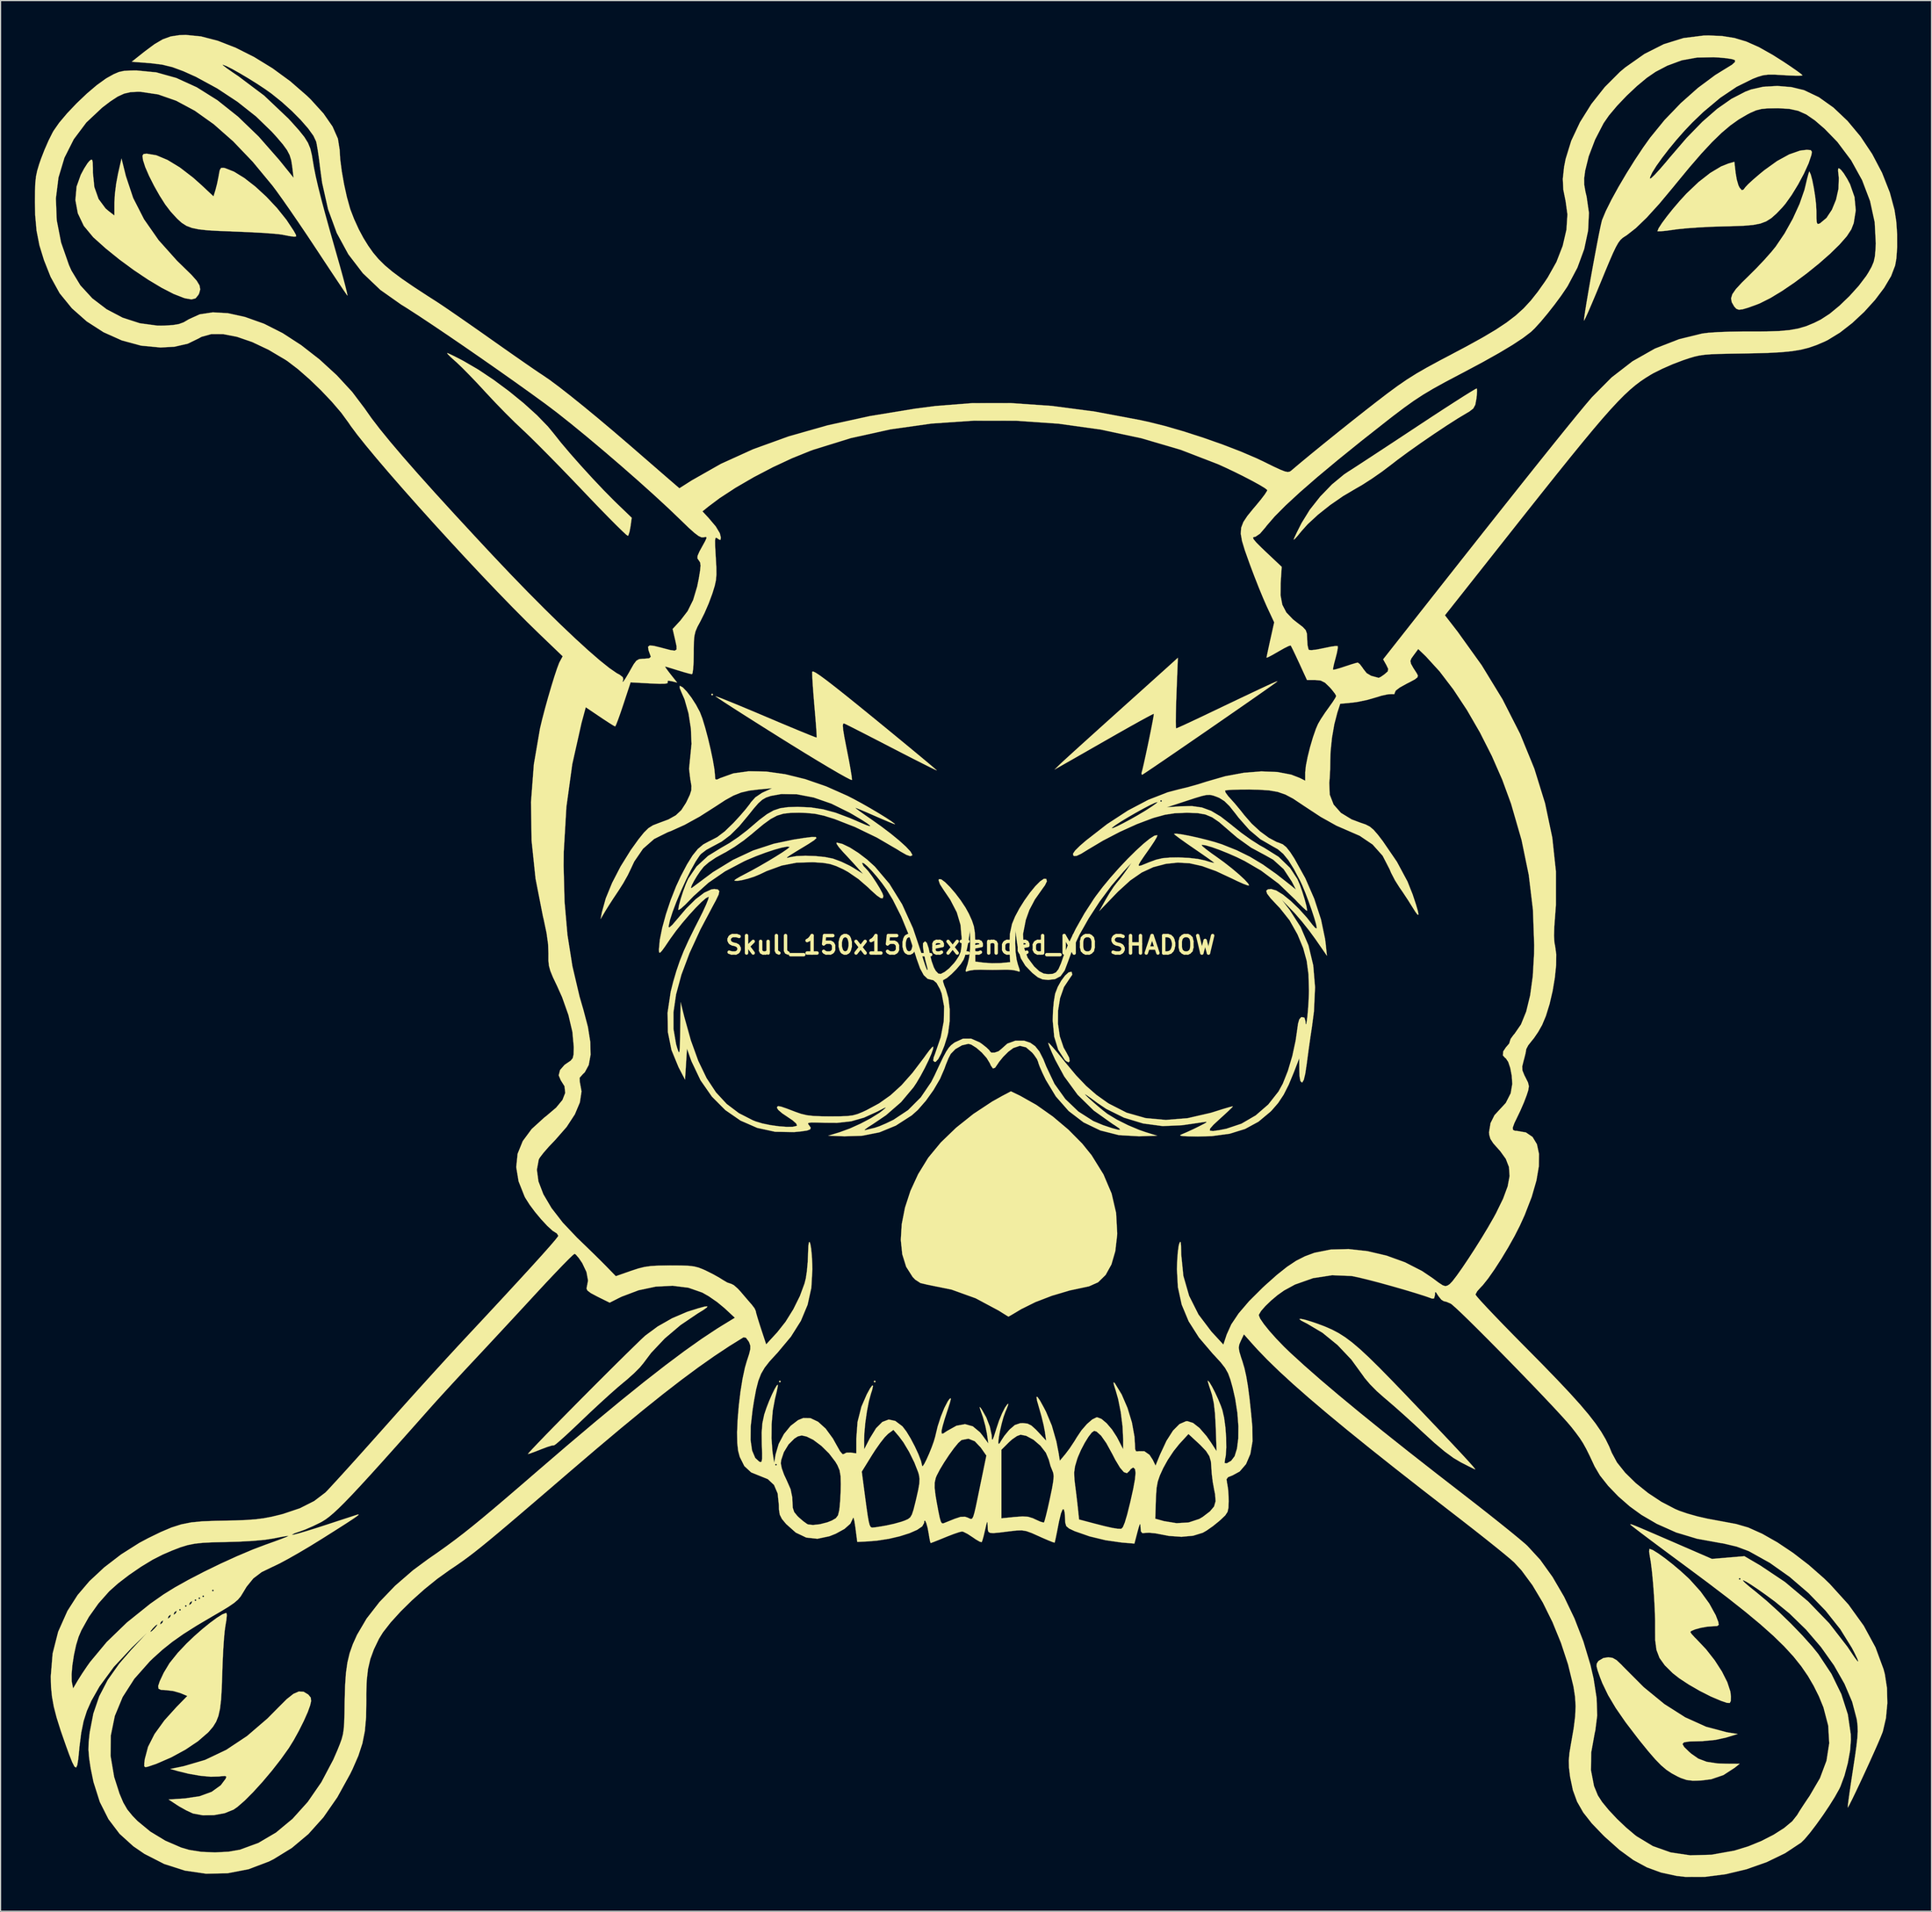
<source format=kicad_pcb>
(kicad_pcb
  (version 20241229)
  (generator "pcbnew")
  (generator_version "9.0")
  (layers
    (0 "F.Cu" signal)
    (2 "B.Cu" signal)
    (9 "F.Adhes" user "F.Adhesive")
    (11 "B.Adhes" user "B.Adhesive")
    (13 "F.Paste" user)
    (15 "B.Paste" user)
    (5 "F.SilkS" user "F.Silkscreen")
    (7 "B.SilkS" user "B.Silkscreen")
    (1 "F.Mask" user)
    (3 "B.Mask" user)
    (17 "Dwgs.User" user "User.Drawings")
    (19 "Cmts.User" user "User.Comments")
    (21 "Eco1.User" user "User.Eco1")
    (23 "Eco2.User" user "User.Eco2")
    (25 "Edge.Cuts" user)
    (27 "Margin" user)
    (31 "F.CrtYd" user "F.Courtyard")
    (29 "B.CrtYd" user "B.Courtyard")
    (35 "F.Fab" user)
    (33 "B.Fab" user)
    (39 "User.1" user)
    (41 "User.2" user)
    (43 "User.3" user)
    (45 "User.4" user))
  (footprint "Skull_150x150_extended_NO SHADOW"
    (layer "F.Cu")
    (at 81.872 79.655)
    (property "Reference" "Skull_150x150_extended_NO SHADOW" (at 0 0 0) (layer "F.SilkS") (effects (font (size 1.524 1.524) (thickness 0.3))))
    (attr through_hole)
    (fp_poly (pts (xy -22.521 -21.929) (xy -22.606 -21.844) (xy -22.691 -21.929) (xy -22.606 -22.013) (xy -22.521 -21.929)) (stroke (width 0.01) (type solid)) (fill yes) (layer "F.SilkS"))
    (fp_poly (pts (xy -16.595 38.185) (xy -16.679 38.269) (xy -16.764 38.185) (xy -16.679 38.1) (xy -16.595 38.185)) (stroke (width 0.01) (type solid)) (fill yes) (layer "F.SilkS"))
    (fp_poly (pts (xy -8.297 38.185) (xy -8.382 38.269) (xy -8.467 38.185) (xy -8.382 38.1) (xy -8.297 38.185)) (stroke (width 0.01) (type solid)) (fill yes) (layer "F.SilkS"))
    (fp_poly (pts (xy 8.859 2.357) (xy 8.91 2.585) (xy 8.676 2.921) (xy 8.179 3.67) (xy 7.841 4.635) (xy 7.665 5.731) (xy 7.656 6.874) (xy 7.816 7.979) (xy 8.149 8.962) (xy 8.41 9.423) (xy 8.63 9.838) (xy 8.684 10.137) (xy 8.589 10.258) (xy 8.36 10.141) (xy 8.249 10.031) (xy 7.679 9.151) (xy 7.329 8.016) (xy 7.2 6.629) (xy 7.199 6.519) (xy 7.224 5.72) (xy 7.294 4.945) (xy 7.394 4.333) (xy 7.425 4.209) (xy 7.644 3.648) (xy 7.944 3.113) (xy 8.275 2.67) (xy 8.584 2.387) (xy 8.82 2.33) (xy 8.859 2.357)) (stroke (width 0.01) (type solid)) (fill yes) (layer "F.SilkS"))
    (fp_poly (pts (xy 29.279 32.781) (xy 29.88 32.963) (xy 30.343 33.121) (xy 31.018 33.375) (xy 31.631 33.642) (xy 32.214 33.949) (xy 32.798 34.321) (xy 33.414 34.784) (xy 34.095 35.364) (xy 34.872 36.086) (xy 35.777 36.976) (xy 36.841 38.061) (xy 38.096 39.364) (xy 38.354 39.635) (xy 39.84 41.193) (xy 41.096 42.515) (xy 42.128 43.608) (xy 42.942 44.478) (xy 43.546 45.134) (xy 43.945 45.581) (xy 44.145 45.826) (xy 44.167 45.881) (xy 44.001 45.805) (xy 43.61 45.612) (xy 43.072 45.339) (xy 42.93 45.267) (xy 42.26 44.87) (xy 41.503 44.315) (xy 40.614 43.567) (xy 39.628 42.665) (xy 38.807 41.903) (xy 37.954 41.127) (xy 37.147 40.409) (xy 36.465 39.82) (xy 36.198 39.596) (xy 35.558 39.029) (xy 34.958 38.421) (xy 34.494 37.874) (xy 34.357 37.677) (xy 33.332 36.269) (xy 32.124 34.995) (xy 30.804 33.921) (xy 29.445 33.114) (xy 29.379 33.082) (xy 28.931 32.851) (xy 28.781 32.724) (xy 28.905 32.701) (xy 29.279 32.781)) (stroke (width 0.01) (type solid)) (fill yes) (layer "F.SilkS"))
    (fp_poly (pts (xy -73.91 -67.304) (xy -73.272 -65.383) (xy -72.318 -63.515) (xy -71.043 -61.688) (xy -69.438 -59.893) (xy -68.848 -59.318) (xy -68.16 -58.646) (xy -67.708 -58.135) (xy -67.465 -57.732) (xy -67.401 -57.386) (xy -67.491 -57.045) (xy -67.559 -56.905) (xy -67.806 -56.6) (xy -68.159 -56.504) (xy -68.704 -56.597) (xy -68.835 -56.635) (xy -69.719 -56.979) (xy -70.781 -57.526) (xy -71.966 -58.236) (xy -73.213 -59.072) (xy -74.466 -59.993) (xy -75.666 -60.962) (xy -76.756 -61.939) (xy -76.765 -61.948) (xy -77.589 -62.942) (xy -78.111 -64.04) (xy -78.324 -65.199) (xy -78.219 -66.379) (xy -77.852 -67.41) (xy -77.555 -67.962) (xy -77.265 -68.415) (xy -77.09 -68.625) (xy -76.941 -68.738) (xy -76.852 -68.707) (xy -76.808 -68.477) (xy -76.794 -67.994) (xy -76.793 -67.589) (xy -76.667 -66.336) (xy -76.297 -65.29) (xy -75.689 -64.469) (xy -75.431 -64.246) (xy -74.915 -63.849) (xy -74.911 -64.987) (xy -74.867 -65.74) (xy -74.756 -66.629) (xy -74.601 -67.464) (xy -74.598 -67.479) (xy -74.289 -68.834) (xy -73.91 -67.304)) (stroke (width 0.01) (type solid)) (fill yes) (layer "F.SilkS"))
    (fp_poly (pts (xy 44.33 -48.517) (xy 44.305 -48.098) (xy 44.272 -47.808) (xy 44.174 -47.283) (xy 43.996 -46.956) (xy 43.646 -46.688) (xy 43.459 -46.58) (xy 42.653 -46.097) (xy 41.658 -45.461) (xy 40.552 -44.726) (xy 39.416 -43.947) (xy 38.327 -43.176) (xy 37.366 -42.469) (xy 36.803 -42.033) (xy 35.995 -41.423) (xy 35.11 -40.808) (xy 34.27 -40.269) (xy 33.729 -39.958) (xy 32.606 -39.295) (xy 31.473 -38.511) (xy 30.414 -37.671) (xy 29.516 -36.843) (xy 28.966 -36.229) (xy 28.619 -35.807) (xy 28.373 -35.537) (xy 28.279 -35.477) (xy 28.352 -35.669) (xy 28.548 -36.087) (xy 28.832 -36.654) (xy 28.978 -36.938) (xy 29.693 -38.096) (xy 30.608 -39.254) (xy 31.636 -40.316) (xy 32.687 -41.185) (xy 33.044 -41.425) (xy 33.432 -41.672) (xy 34.061 -42.081) (xy 34.89 -42.623) (xy 35.88 -43.272) (xy 36.989 -44.001) (xy 38.176 -44.784) (xy 39.16 -45.434) (xy 40.327 -46.203) (xy 41.404 -46.906) (xy 42.359 -47.522) (xy 43.158 -48.032) (xy 43.771 -48.413) (xy 44.165 -48.647) (xy 44.307 -48.714) (xy 44.33 -48.517)) (stroke (width 0.01) (type solid)) (fill yes) (layer "F.SilkS"))
    (fp_poly (pts (xy -65.094 58.462) (xy -65.075 58.666) (xy -65.119 59.097) (xy -65.195 59.546) (xy -65.263 60.042) (xy -65.33 60.799) (xy -65.391 61.739) (xy -65.441 62.786) (xy -65.471 63.669) (xy -65.515 64.99) (xy -65.577 66.026) (xy -65.672 66.83) (xy -65.812 67.456) (xy -66.009 67.958) (xy -66.277 68.39) (xy -66.628 68.805) (xy -66.732 68.914) (xy -67.596 69.661) (xy -68.698 70.401) (xy -69.944 71.078) (xy -71.237 71.639) (xy -71.95 71.882) (xy -72.194 71.938) (xy -72.297 71.859) (xy -72.294 71.57) (xy -72.25 71.225) (xy -71.967 70.158) (xy -71.398 69.035) (xy -70.531 67.837) (xy -69.482 66.676) (xy -68.532 65.704) (xy -69.143 65.449) (xy -69.744 65.275) (xy -70.386 65.194) (xy -70.437 65.193) (xy -70.834 65.171) (xy -71.047 65.07) (xy -71.082 64.837) (xy -70.944 64.419) (xy -70.638 63.764) (xy -70.583 63.654) (xy -70.088 62.831) (xy -69.366 61.93) (xy -68.594 61.112) (xy -67.918 60.467) (xy -67.219 59.852) (xy -66.545 59.306) (xy -65.945 58.864) (xy -65.469 58.565) (xy -65.165 58.445) (xy -65.094 58.462)) (stroke (width 0.01) (type solid)) (fill yes) (layer "F.SilkS"))
    (fp_poly (pts (xy -45.602 -51.741) (xy -45.185 -51.542) (xy -44.624 -51.254) (xy -44.377 -51.124) (xy -43.082 -50.37) (xy -41.726 -49.465) (xy -40.373 -48.462) (xy -39.088 -47.414) (xy -37.935 -46.371) (xy -36.981 -45.387) (xy -36.487 -44.789) (xy -35.839 -43.973) (xy -35.01 -42.994) (xy -34.064 -41.924) (xy -33.067 -40.833) (xy -32.083 -39.793) (xy -31.175 -38.874) (xy -30.932 -38.638) (xy -29.643 -37.397) (xy -29.747 -36.643) (xy -29.834 -36.172) (xy -29.935 -35.865) (xy -29.974 -35.813) (xy -30.117 -35.912) (xy -30.462 -36.23) (xy -30.982 -36.739) (xy -31.649 -37.409) (xy -32.433 -38.212) (xy -33.307 -39.121) (xy -33.858 -39.7) (xy -34.857 -40.746) (xy -35.859 -41.783) (xy -36.82 -42.765) (xy -37.696 -43.649) (xy -38.443 -44.389) (xy -39.016 -44.941) (xy -39.154 -45.068) (xy -39.858 -45.735) (xy -40.688 -46.559) (xy -41.55 -47.444) (xy -42.346 -48.292) (xy -42.467 -48.424) (xy -43.158 -49.17) (xy -43.846 -49.889) (xy -44.465 -50.515) (xy -44.949 -50.979) (xy -45.081 -51.096) (xy -45.486 -51.46) (xy -45.743 -51.718) (xy -45.796 -51.816) (xy -45.602 -51.741)) (stroke (width 0.01) (type solid)) (fill yes) (layer "F.SilkS"))
    (fp_poly (pts (xy 4.352 13.187) (xy 5.771 13.987) (xy 7.208 15) (xy 8.573 16.151) (xy 9.775 17.365) (xy 10.599 18.386) (xy 11.637 20.061) (xy 12.349 21.734) (xy 12.746 23.44) (xy 12.841 25.215) (xy 12.834 25.391) (xy 12.674 26.78) (xy 12.335 27.943) (xy 11.829 28.857) (xy 11.168 29.504) (xy 10.364 29.861) (xy 10.206 29.893) (xy 8.666 30.223) (xy 7.124 30.682) (xy 5.689 31.233) (xy 4.469 31.838) (xy 4.33 31.919) (xy 3.834 32.216) (xy 3.473 32.427) (xy 3.324 32.509) (xy 3.324 32.509) (xy 3.182 32.425) (xy 2.835 32.21) (xy 2.455 31.972) (xy 0.455 30.904) (xy -1.655 30.144) (xy -3.758 29.717) (xy -4.373 29.573) (xy -4.835 29.271) (xy -5.063 29.034) (xy -5.626 28.147) (xy -5.968 27.053) (xy -6.096 25.796) (xy -6.015 24.423) (xy -5.731 22.977) (xy -5.251 21.503) (xy -4.58 20.046) (xy -3.725 18.652) (xy -3.663 18.565) (xy -2.593 17.268) (xy -1.26 15.982) (xy 0.262 14.768) (xy 1.9 13.687) (xy 2.746 13.213) (xy 3.54 12.794) (xy 4.352 13.187)) (stroke (width 0.01) (type solid)) (fill yes) (layer "F.SilkS"))
    (fp_poly (pts (xy -58.358 65.331) (xy -57.968 65.567) (xy -57.928 65.602) (xy -57.726 65.85) (xy -57.697 66.154) (xy -57.779 66.517) (xy -57.992 67.112) (xy -58.338 67.889) (xy -58.765 68.743) (xy -59.221 69.571) (xy -59.655 70.271) (xy -59.657 70.273) (xy -60.359 71.256) (xy -61.143 72.259) (xy -61.962 73.229) (xy -62.767 74.113) (xy -63.51 74.859) (xy -64.144 75.411) (xy -64.484 75.647) (xy -65.265 75.962) (xy -66.208 76.133) (xy -67.168 76.147) (xy -68.004 75.993) (xy -68.094 75.96) (xy -68.617 75.717) (xy -69.215 75.383) (xy -69.438 75.242) (xy -70.168 74.761) (xy -68.739 74.668) (xy -67.449 74.476) (xy -66.398 74.091) (xy -65.605 73.521) (xy -65.173 72.943) (xy -65.111 72.767) (xy -65.224 72.703) (xy -65.582 72.728) (xy -65.763 72.752) (xy -66.478 72.772) (xy -67.403 72.686) (xy -68.431 72.507) (xy -69.342 72.282) (xy -70.019 72.088) (xy -68.843 71.846) (xy -66.966 71.295) (xy -65.124 70.418) (xy -63.309 69.213) (xy -61.516 67.674) (xy -60.555 66.704) (xy -59.829 65.979) (xy -59.248 65.52) (xy -58.771 65.31) (xy -58.358 65.331)) (stroke (width 0.01) (type solid)) (fill yes) (layer "F.SilkS"))
    (fp_poly (pts (xy -23.071 31.71) (xy -23.4 31.943) (xy -23.876 32.234) (xy -25.369 33.244) (xy -26.752 34.417) (xy -27.942 35.677) (xy -28.632 36.593) (xy -28.949 36.973) (xy -29.449 37.472) (xy -30.047 38.006) (xy -30.321 38.233) (xy -30.867 38.692) (xy -31.586 39.327) (xy -32.411 40.078) (xy -33.274 40.881) (xy -33.981 41.554) (xy -34.717 42.255) (xy -35.368 42.862) (xy -35.897 43.339) (xy -36.265 43.653) (xy -36.434 43.769) (xy -36.44 43.768) (xy -36.624 43.786) (xy -37.031 43.912) (xy -37.56 44.112) (xy -38.109 44.327) (xy -38.53 44.48) (xy -38.728 44.535) (xy -38.64 44.419) (xy -38.338 44.089) (xy -37.845 43.57) (xy -37.186 42.886) (xy -36.385 42.064) (xy -35.466 41.128) (xy -34.454 40.104) (xy -34.032 39.678) (xy -32.95 38.591) (xy -31.914 37.556) (xy -30.956 36.603) (xy -30.104 35.761) (xy -29.391 35.063) (xy -28.847 34.536) (xy -28.502 34.213) (xy -28.448 34.165) (xy -27.367 33.368) (xy -26.106 32.65) (xy -24.822 32.1) (xy -24.638 32.038) (xy -23.794 31.772) (xy -23.259 31.627) (xy -23.021 31.605) (xy -23.071 31.71)) (stroke (width 0.01) (type solid)) (fill yes) (layer "F.SilkS"))
    (fp_poly (pts (xy -71.24 -69.116) (xy -70.264 -68.707) (xy -69.181 -68.049) (xy -68.028 -67.162) (xy -67.315 -66.528) (xy -66.239 -65.521) (xy -66.067 -66.077) (xy -65.927 -66.618) (xy -65.8 -67.245) (xy -65.781 -67.366) (xy -65.694 -67.818) (xy -65.576 -68.01) (xy -65.356 -68.021) (xy -65.218 -67.99) (xy -64.439 -67.679) (xy -63.542 -67.126) (xy -62.581 -66.379) (xy -61.611 -65.487) (xy -60.685 -64.501) (xy -59.858 -63.469) (xy -59.215 -62.498) (xy -59.024 -62.153) (xy -59.009 -62.012) (xy -59.169 -61.993) (xy -59.215 -61.995) (xy -59.574 -62.044) (xy -60.078 -62.14) (xy -60.198 -62.166) (xy -60.571 -62.218) (xy -61.22 -62.275) (xy -62.082 -62.333) (xy -63.094 -62.387) (xy -64.194 -62.434) (xy -64.431 -62.443) (xy -65.728 -62.493) (xy -66.74 -62.55) (xy -67.521 -62.633) (xy -68.124 -62.758) (xy -68.604 -62.942) (xy -69.014 -63.203) (xy -69.407 -63.558) (xy -69.837 -64.024) (xy -70.021 -64.232) (xy -70.461 -64.812) (xy -70.948 -65.578) (xy -71.435 -66.439) (xy -71.872 -67.304) (xy -72.211 -68.082) (xy -72.403 -68.681) (xy -72.409 -68.707) (xy -72.457 -69.082) (xy -72.355 -69.231) (xy -72.074 -69.257) (xy -71.24 -69.116)) (stroke (width 0.01) (type solid)) (fill yes) (layer "F.SilkS"))
    (fp_poly (pts (xy 56.187 62.369) (xy 56.543 62.572) (xy 56.975 62.981) (xy 57.098 63.114) (xy 58.909 64.93) (xy 60.725 66.417) (xy 62.543 67.572) (xy 64.359 68.392) (xy 66.171 68.876) (xy 66.339 68.904) (xy 67.141 69.03) (xy 66.125 69.343) (xy 65.178 69.549) (xy 64.053 69.657) (xy 63.645 69.668) (xy 62.883 69.689) (xy 62.442 69.758) (xy 62.304 69.906) (xy 62.452 70.168) (xy 62.869 70.575) (xy 63.066 70.749) (xy 63.691 71.187) (xy 64.423 71.464) (xy 65.343 71.603) (xy 66.125 71.631) (xy 67.31 71.636) (xy 66.887 71.976) (xy 65.89 72.624) (xy 64.821 72.99) (xy 63.923 73.103) (xy 63.207 73.12) (xy 62.674 73.056) (xy 62.173 72.887) (xy 61.891 72.756) (xy 61.369 72.477) (xy 60.898 72.162) (xy 60.431 71.765) (xy 59.918 71.239) (xy 59.313 70.539) (xy 58.566 69.618) (xy 58.415 69.427) (xy 57.329 68.005) (xy 56.467 66.757) (xy 55.799 65.633) (xy 55.293 64.583) (xy 55.089 64.062) (xy 54.882 63.47) (xy 54.789 63.103) (xy 54.804 62.872) (xy 54.919 62.687) (xy 54.969 62.63) (xy 55.377 62.386) (xy 55.812 62.315) (xy 56.187 62.369)) (stroke (width 0.01) (type solid)) (fill yes) (layer "F.SilkS"))
    (fp_poly (pts (xy 73.532 -69.567) (xy 73.633 -69.417) (xy 73.584 -69.13) (xy 73.339 -68.403) (xy 72.933 -67.515) (xy 72.425 -66.565) (xy 71.868 -65.653) (xy 71.319 -64.88) (xy 71.037 -64.547) (xy 70.53 -64.018) (xy 70.083 -63.621) (xy 69.634 -63.336) (xy 69.122 -63.142) (xy 68.485 -63.02) (xy 67.661 -62.949) (xy 66.59 -62.91) (xy 65.974 -62.896) (xy 64.878 -62.862) (xy 63.772 -62.806) (xy 62.754 -62.735) (xy 61.923 -62.654) (xy 61.595 -62.61) (xy 60.938 -62.519) (xy 60.431 -62.467) (xy 60.148 -62.462) (xy 60.113 -62.477) (xy 60.22 -62.735) (xy 60.512 -63.185) (xy 60.943 -63.767) (xy 61.469 -64.425) (xy 62.045 -65.1) (xy 62.625 -65.734) (xy 62.662 -65.773) (xy 63.711 -66.771) (xy 64.737 -67.573) (xy 65.689 -68.143) (xy 66.331 -68.397) (xy 66.847 -68.545) (xy 66.957 -67.571) (xy 67.059 -66.977) (xy 67.203 -66.483) (xy 67.307 -66.276) (xy 67.496 -66.063) (xy 67.643 -66.107) (xy 67.812 -66.327) (xy 68.054 -66.587) (xy 68.493 -66.991) (xy 69.058 -67.476) (xy 69.468 -67.811) (xy 70.593 -68.619) (xy 71.65 -69.197) (xy 72.596 -69.526) (xy 73.177 -69.596) (xy 73.532 -69.567)) (stroke (width 0.01) (type solid)) (fill yes) (layer "F.SilkS"))
    (fp_poly (pts (xy 59.717 52.94) (xy 60.188 53.233) (xy 60.789 53.665) (xy 61.46 54.193) (xy 62.142 54.769) (xy 62.775 55.348) (xy 62.964 55.534) (xy 63.885 56.558) (xy 64.652 57.617) (xy 65.213 58.634) (xy 65.44 59.224) (xy 65.481 59.474) (xy 65.347 59.582) (xy 64.959 59.605) (xy 64.928 59.605) (xy 64.435 59.645) (xy 63.893 59.744) (xy 63.405 59.878) (xy 63.074 60.018) (xy 62.992 60.108) (xy 63.104 60.283) (xy 63.385 60.589) (xy 63.516 60.717) (xy 64.362 61.61) (xy 65.122 62.579) (xy 65.756 63.563) (xy 66.227 64.497) (xy 66.497 65.319) (xy 66.546 65.744) (xy 66.535 66.14) (xy 66.445 66.316) (xy 66.201 66.307) (xy 65.723 66.145) (xy 65.661 66.122) (xy 64.783 65.749) (xy 63.812 65.256) (xy 62.853 64.702) (xy 62.014 64.149) (xy 61.453 63.709) (xy 60.758 63.02) (xy 60.296 62.374) (xy 60.03 61.674) (xy 59.917 60.822) (xy 59.911 59.955) (xy 59.911 59.103) (xy 59.877 58.077) (xy 59.817 56.965) (xy 59.735 55.854) (xy 59.639 54.831) (xy 59.535 53.985) (xy 59.445 53.467) (xy 59.385 53.064) (xy 59.411 52.845) (xy 59.435 52.832) (xy 59.717 52.94)) (stroke (width 0.01) (type solid)) (fill yes) (layer "F.SilkS"))
    (fp_poly (pts (xy 76.036 -67.957) (xy 76.179 -67.837) (xy 76.416 -67.54) (xy 76.72 -67.051) (xy 76.967 -66.588) (xy 77.359 -65.462) (xy 77.468 -64.299) (xy 77.291 -63.182) (xy 77.077 -62.631) (xy 76.684 -62.031) (xy 76.048 -61.306) (xy 75.219 -60.496) (xy 74.25 -59.644) (xy 73.192 -58.79) (xy 72.096 -57.974) (xy 71.014 -57.239) (xy 69.997 -56.624) (xy 69.097 -56.171) (xy 68.821 -56.059) (xy 68.068 -55.786) (xy 67.562 -55.636) (xy 67.235 -55.603) (xy 67.018 -55.683) (xy 66.846 -55.869) (xy 66.821 -55.904) (xy 66.616 -56.262) (xy 66.558 -56.598) (xy 66.669 -56.961) (xy 66.974 -57.401) (xy 67.497 -57.969) (xy 68.087 -58.547) (xy 68.783 -59.24) (xy 69.481 -59.979) (xy 70.092 -60.668) (xy 70.463 -61.125) (xy 71.245 -62.281) (xy 71.96 -63.564) (xy 72.555 -64.867) (xy 72.977 -66.082) (xy 73.072 -66.462) (xy 73.213 -67.06) (xy 73.329 -67.496) (xy 73.401 -67.696) (xy 73.41 -67.7) (xy 73.531 -67.436) (xy 73.667 -66.925) (xy 73.8 -66.258) (xy 73.915 -65.527) (xy 73.996 -64.822) (xy 74.026 -64.233) (xy 74.026 -64.22) (xy 74.03 -63.592) (xy 74.058 -63.241) (xy 74.131 -63.106) (xy 74.267 -63.127) (xy 74.354 -63.17) (xy 74.909 -63.636) (xy 75.383 -64.35) (xy 75.744 -65.228) (xy 75.956 -66.182) (xy 75.987 -67.126) (xy 75.973 -67.265) (xy 75.922 -67.756) (xy 75.936 -67.968) (xy 76.036 -67.957)) (stroke (width 0.01) (type solid)) (fill yes) (layer "F.SilkS"))
    (fp_poly (pts (xy 18.029 -22.056) (xy 17.994 -21.075) (xy 17.974 -20.223) (xy 17.967 -19.552) (xy 17.975 -19.115) (xy 17.998 -18.965) (xy 18.174 -19.035) (xy 18.601 -19.226) (xy 19.224 -19.514) (xy 19.986 -19.873) (xy 20.432 -20.085) (xy 22.048 -20.857) (xy 23.383 -21.494) (xy 24.461 -22.005) (xy 25.304 -22.403) (xy 25.938 -22.699) (xy 26.386 -22.904) (xy 26.672 -23.028) (xy 26.82 -23.083) (xy 26.853 -23.08) (xy 26.839 -23.064) (xy 26.651 -22.922) (xy 26.224 -22.617) (xy 25.595 -22.174) (xy 24.799 -21.617) (xy 23.871 -20.971) (xy 22.845 -20.26) (xy 21.759 -19.508) (xy 20.646 -18.739) (xy 19.541 -17.979) (xy 18.481 -17.25) (xy 17.501 -16.578) (xy 16.634 -15.986) (xy 15.918 -15.5) (xy 15.387 -15.143) (xy 15.076 -14.94) (xy 15.008 -14.901) (xy 14.962 -15.027) (xy 14.983 -15.113) (xy 15.061 -15.404) (xy 15.182 -15.926) (xy 15.333 -16.611) (xy 15.499 -17.388) (xy 15.666 -18.189) (xy 15.819 -18.944) (xy 15.943 -19.584) (xy 16.025 -20.039) (xy 16.051 -20.241) (xy 16.049 -20.245) (xy 15.894 -20.179) (xy 15.487 -19.966) (xy 14.867 -19.629) (xy 14.076 -19.189) (xy 13.155 -18.67) (xy 12.444 -18.265) (xy 11.402 -17.67) (xy 10.415 -17.106) (xy 9.535 -16.603) (xy 8.814 -16.192) (xy 8.305 -15.901) (xy 8.128 -15.801) (xy 7.366 -15.368) (xy 7.789 -15.787) (xy 8.012 -15.996) (xy 8.455 -16.403) (xy 9.086 -16.977) (xy 9.873 -17.691) (xy 10.785 -18.514) (xy 11.788 -19.419) (xy 12.7 -20.239) (xy 13.76 -21.192) (xy 14.759 -22.089) (xy 15.663 -22.902) (xy 16.439 -23.601) (xy 17.057 -24.157) (xy 17.482 -24.54) (xy 17.669 -24.709) (xy 18.151 -25.146) (xy 18.029 -22.056)) (stroke (width 0.01) (type solid)) (fill yes) (layer "F.SilkS"))
    (fp_poly (pts (xy -13.541 -23.838) (xy -13.154 -23.581) (xy -12.588 -23.165) (xy -11.829 -22.578) (xy -10.859 -21.808) (xy -9.662 -20.842) (xy -8.354 -19.777) (xy -7.189 -18.823) (xy -6.111 -17.937) (xy -5.147 -17.142) (xy -4.324 -16.459) (xy -3.669 -15.913) (xy -3.209 -15.524) (xy -2.972 -15.316) (xy -2.945 -15.287) (xy -3.099 -15.351) (xy -3.513 -15.552) (xy -4.148 -15.87) (xy -4.964 -16.283) (xy -5.92 -16.773) (xy -6.895 -17.276) (xy -7.96 -17.827) (xy -8.934 -18.328) (xy -9.774 -18.758) (xy -10.437 -19.094) (xy -10.88 -19.316) (xy -11.055 -19.398) (xy -11.142 -19.379) (xy -11.171 -19.205) (xy -11.138 -18.836) (xy -11.039 -18.23) (xy -10.868 -17.346) (xy -10.813 -17.07) (xy -10.641 -16.197) (xy -10.503 -15.435) (xy -10.408 -14.849) (xy -10.367 -14.505) (xy -10.368 -14.449) (xy -10.516 -14.493) (xy -10.92 -14.701) (xy -11.551 -15.054) (xy -12.378 -15.537) (xy -13.371 -16.13) (xy -14.5 -16.817) (xy -15.736 -17.58) (xy -16.388 -17.986) (xy -17.664 -18.786) (xy -18.845 -19.531) (xy -19.9 -20.2) (xy -20.801 -20.776) (xy -21.516 -21.238) (xy -22.018 -21.569) (xy -22.277 -21.75) (xy -22.306 -21.777) (xy -22.142 -21.728) (xy -21.707 -21.562) (xy -21.04 -21.294) (xy -20.183 -20.942) (xy -19.173 -20.521) (xy -18.053 -20.048) (xy -17.874 -19.972) (xy -16.74 -19.492) (xy -15.713 -19.062) (xy -14.832 -18.697) (xy -14.136 -18.413) (xy -13.667 -18.228) (xy -13.462 -18.157) (xy -13.457 -18.157) (xy -13.457 -18.333) (xy -13.484 -18.788) (xy -13.534 -19.465) (xy -13.602 -20.306) (xy -13.655 -20.913) (xy -13.733 -21.855) (xy -13.795 -22.694) (xy -13.836 -23.365) (xy -13.851 -23.802) (xy -13.847 -23.926) (xy -13.767 -23.949) (xy -13.541 -23.838)) (stroke (width 0.01) (type solid)) (fill yes) (layer "F.SilkS"))
    (fp_poly (pts (xy -67.338 -79.52) (xy -65.866 -79.137) (xy -64.3 -78.527) (xy -62.688 -77.716) (xy -61.079 -76.729) (xy -59.523 -75.592) (xy -58.07 -74.329) (xy -57.732 -74.002) (xy -56.617 -72.774) (xy -55.824 -71.632) (xy -55.354 -70.571) (xy -55.202 -69.611) (xy -55.151 -68.765) (xy -55.014 -67.712) (xy -54.812 -66.57) (xy -54.566 -65.455) (xy -54.295 -64.481) (xy -54.256 -64.361) (xy -53.937 -63.533) (xy -53.523 -62.629) (xy -53.129 -61.891) (xy -52.703 -61.202) (xy -52.274 -60.595) (xy -51.804 -60.036) (xy -51.254 -59.492) (xy -50.585 -58.929) (xy -49.76 -58.314) (xy -48.74 -57.614) (xy -47.485 -56.794) (xy -46.709 -56.298) (xy -46.276 -56.012) (xy -45.618 -55.566) (xy -44.785 -54.992) (xy -43.828 -54.327) (xy -42.797 -53.606) (xy -41.91 -52.98) (xy -40.878 -52.253) (xy -39.897 -51.566) (xy -39.013 -50.951) (xy -38.272 -50.439) (xy -37.72 -50.064) (xy -37.423 -49.869) (xy -36.826 -49.461) (xy -36.012 -48.854) (xy -35.016 -48.076) (xy -33.871 -47.155) (xy -32.614 -46.119) (xy -31.277 -44.994) (xy -29.896 -43.81) (xy -29.68 -43.624) (xy -28.796 -42.856) (xy -27.96 -42.131) (xy -27.22 -41.489) (xy -26.622 -40.97) (xy -26.212 -40.616) (xy -26.102 -40.521) (xy -25.472 -39.978) (xy -24.378 -40.672) (xy -21.837 -42.114) (xy -19.013 -43.396) (xy -15.903 -44.52) (xy -12.503 -45.486) (xy -8.81 -46.295) (xy -4.82 -46.949) (xy -3.048 -47.178) (xy 0.158 -47.429) (xy 3.537 -47.433) (xy 7.102 -47.187) (xy 10.865 -46.693) (xy 14.84 -45.947) (xy 15.575 -45.787) (xy 17.029 -45.426) (xy 18.648 -44.956) (xy 20.343 -44.41) (xy 22.024 -43.819) (xy 23.603 -43.212) (xy 24.99 -42.621) (xy 25.66 -42.304) (xy 26.504 -41.888) (xy 27.101 -41.611) (xy 27.504 -41.454) (xy 27.766 -41.401) (xy 27.942 -41.434) (xy 28.063 -41.516) (xy 28.834 -42.168) (xy 29.813 -42.977) (xy 30.94 -43.896) (xy 32.153 -44.874) (xy 33.392 -45.864) (xy 34.597 -46.815) (xy 35.413 -47.452) (xy 36.476 -48.268) (xy 37.378 -48.932) (xy 38.202 -49.498) (xy 39.031 -50.019) (xy 39.948 -50.547) (xy 41.035 -51.137) (xy 41.832 -51.556) (xy 43.462 -52.42) (xy 44.825 -53.173) (xy 45.961 -53.848) (xy 46.909 -54.476) (xy 47.711 -55.09) (xy 48.406 -55.72) (xy 49.034 -56.4) (xy 49.636 -57.159) (xy 50.252 -58.03) (xy 50.513 -58.42) (xy 51.274 -59.774) (xy 51.825 -61.19) (xy 52.152 -62.602) (xy 52.238 -63.944) (xy 52.08 -65.102) (xy 51.879 -66.1) (xy 51.834 -67.052) (xy 51.944 -68.091) (xy 52.083 -68.801) (xy 52.574 -70.387) (xy 53.339 -72.011) (xy 54.334 -73.602) (xy 55.511 -75.09) (xy 56.825 -76.405) (xy 57.299 -76.803) (xy 58.981 -77.986) (xy 60.671 -78.839) (xy 62.391 -79.373) (xy 64.165 -79.595) (xy 64.592 -79.604) (xy 65.767 -79.553) (xy 66.842 -79.383) (xy 67.89 -79.068) (xy 68.983 -78.584) (xy 70.193 -77.904) (xy 71.136 -77.307) (xy 71.789 -76.871) (xy 72.323 -76.5) (xy 72.683 -76.234) (xy 72.813 -76.111) (xy 72.657 -76.081) (xy 72.235 -76.078) (xy 71.619 -76.1) (xy 71.162 -76.128) (xy 70.368 -76.173) (xy 69.799 -76.173) (xy 69.347 -76.114) (xy 68.9 -75.982) (xy 68.449 -75.807) (xy 67.044 -75.111) (xy 65.616 -74.153) (xy 64.132 -72.911) (xy 63.159 -71.977) (xy 62.467 -71.248) (xy 61.771 -70.458) (xy 61.107 -69.652) (xy 60.51 -68.877) (xy 60.014 -68.181) (xy 59.657 -67.609) (xy 59.472 -67.21) (xy 59.46 -67.069) (xy 59.582 -67.127) (xy 59.877 -67.41) (xy 60.309 -67.878) (xy 60.839 -68.492) (xy 61.186 -68.91) (xy 62.664 -70.628) (xy 64.044 -72.046) (xy 65.347 -73.183) (xy 66.593 -74.055) (xy 67.803 -74.68) (xy 68.304 -74.873) (xy 69.378 -75.115) (xy 70.604 -75.184) (xy 71.842 -75.082) (xy 72.941 -74.816) (xy 74.24 -74.198) (xy 75.52 -73.286) (xy 76.746 -72.124) (xy 77.885 -70.757) (xy 78.904 -69.228) (xy 79.769 -67.582) (xy 80.446 -65.863) (xy 80.858 -64.341) (xy 81.012 -63.333) (xy 81.091 -62.204) (xy 81.094 -61.076) (xy 81.02 -60.068) (xy 80.914 -59.469) (xy 80.559 -58.542) (xy 79.954 -57.52) (xy 79.152 -56.458) (xy 78.206 -55.414) (xy 77.167 -54.444) (xy 76.09 -53.605) (xy 75.026 -52.953) (xy 74.715 -52.801) (xy 74.023 -52.506) (xy 73.355 -52.276) (xy 72.654 -52.1) (xy 71.865 -51.972) (xy 70.929 -51.882) (xy 69.792 -51.822) (xy 68.395 -51.785) (xy 67.733 -51.774) (xy 66.501 -51.755) (xy 65.548 -51.734) (xy 64.816 -51.705) (xy 64.247 -51.661) (xy 63.781 -51.595) (xy 63.36 -51.501) (xy 62.925 -51.372) (xy 62.418 -51.202) (xy 62.315 -51.166) (xy 61.451 -50.838) (xy 60.549 -50.442) (xy 59.763 -50.05) (xy 59.543 -49.925) (xy 59.082 -49.641) (xy 58.633 -49.338) (xy 58.181 -48.996) (xy 57.71 -48.597) (xy 57.203 -48.125) (xy 56.644 -47.56) (xy 56.018 -46.885) (xy 55.307 -46.082) (xy 54.498 -45.132) (xy 53.572 -44.017) (xy 52.514 -42.719) (xy 51.308 -41.221) (xy 49.938 -39.504) (xy 48.387 -37.55) (xy 47.193 -36.04) (xy 46.208 -34.794) (xy 45.271 -33.608) (xy 44.406 -32.513) (xy 43.637 -31.541) (xy 42.99 -30.722) (xy 42.489 -30.089) (xy 42.158 -29.671) (xy 42.053 -29.537) (xy 41.518 -28.863) (xy 42.628 -27.428) (xy 44.735 -24.491) (xy 46.56 -21.503) (xy 48.097 -18.482) (xy 49.339 -15.447) (xy 50.279 -12.415) (xy 50.913 -9.406) (xy 51.232 -6.437) (xy 51.231 -3.528) (xy 51.173 -2.739) (xy 51.091 -1.645) (xy 51.066 -0.829) (xy 51.099 -0.237) (xy 51.164 0.097) (xy 51.261 0.813) (xy 51.248 1.76) (xy 51.136 2.855) (xy 50.941 4.015) (xy 50.676 5.156) (xy 50.354 6.196) (xy 50.024 6.984) (xy 49.686 7.583) (xy 49.309 8.138) (xy 49.11 8.382) (xy 48.808 8.765) (xy 48.64 9.085) (xy 48.629 9.144) (xy 48.575 9.456) (xy 48.455 9.937) (xy 48.401 10.127) (xy 48.284 10.607) (xy 48.301 10.971) (xy 48.471 11.39) (xy 48.569 11.579) (xy 48.789 12.022) (xy 48.865 12.345) (xy 48.809 12.705) (xy 48.671 13.136) (xy 48.43 13.768) (xy 48.113 14.497) (xy 47.901 14.939) (xy 47.597 15.569) (xy 47.455 15.961) (xy 47.473 16.168) (xy 47.647 16.247) (xy 47.826 16.256) (xy 48.604 16.391) (xy 49.184 16.784) (xy 49.567 17.419) (xy 49.752 18.279) (xy 49.738 19.345) (xy 49.524 20.601) (xy 49.111 22.031) (xy 48.497 23.616) (xy 48.074 24.549) (xy 47.606 25.468) (xy 47.052 26.456) (xy 46.456 27.445) (xy 45.86 28.368) (xy 45.307 29.158) (xy 44.838 29.748) (xy 44.636 29.959) (xy 44.341 30.29) (xy 44.198 30.558) (xy 44.196 30.582) (xy 44.312 30.746) (xy 44.64 31.122) (xy 45.156 31.68) (xy 45.832 32.393) (xy 46.641 33.233) (xy 47.557 34.17) (xy 48.553 35.179) (xy 48.561 35.187) (xy 50.077 36.722) (xy 51.366 38.053) (xy 52.452 39.206) (xy 53.355 40.207) (xy 54.097 41.084) (xy 54.7 41.862) (xy 55.185 42.569) (xy 55.575 43.23) (xy 55.891 43.872) (xy 56.117 44.422) (xy 56.572 45.268) (xy 57.291 46.17) (xy 58.216 47.077) (xy 59.288 47.94) (xy 60.451 48.71) (xy 61.646 49.335) (xy 62.028 49.498) (xy 62.737 49.742) (xy 63.612 49.988) (xy 64.483 50.187) (xy 64.625 50.214) (xy 65.43 50.363) (xy 66.227 50.511) (xy 66.872 50.631) (xy 66.995 50.653) (xy 68.062 50.964) (xy 69.284 51.512) (xy 70.609 52.263) (xy 71.986 53.185) (xy 73.363 54.245) (xy 74.69 55.411) (xy 75.186 55.89) (xy 76.827 57.7) (xy 78.167 59.56) (xy 79.194 61.452) (xy 79.898 63.357) (xy 80.014 63.798) (xy 80.202 65.013) (xy 80.232 66.339) (xy 80.11 67.643) (xy 79.842 68.791) (xy 79.797 68.919) (xy 79.634 69.328) (xy 79.375 69.934) (xy 79.043 70.683) (xy 78.665 71.521) (xy 78.264 72.395) (xy 77.866 73.252) (xy 77.494 74.039) (xy 77.175 74.702) (xy 76.932 75.187) (xy 76.79 75.442) (xy 76.765 75.467) (xy 76.776 75.294) (xy 76.833 74.838) (xy 76.928 74.15) (xy 77.055 73.282) (xy 77.206 72.285) (xy 77.23 72.128) (xy 77.408 70.955) (xy 77.533 70.054) (xy 77.609 69.365) (xy 77.641 68.828) (xy 77.633 68.381) (xy 77.59 67.964) (xy 77.552 67.72) (xy 77.157 66.217) (xy 76.482 64.634) (xy 75.562 63.02) (xy 74.428 61.423) (xy 73.116 59.891) (xy 71.658 58.472) (xy 70.401 57.445) (xy 69.58 56.84) (xy 68.871 56.34) (xy 68.296 55.956) (xy 67.877 55.699) (xy 67.635 55.579) (xy 67.591 55.608) (xy 67.766 55.797) (xy 68.184 56.157) (xy 68.707 56.576) (xy 69.678 57.385) (xy 70.733 58.343) (xy 71.797 59.375) (xy 72.796 60.41) (xy 73.656 61.372) (xy 74.187 62.03) (xy 75.34 63.771) (xy 76.207 65.546) (xy 76.775 67.32) (xy 77.03 69.059) (xy 77.044 69.527) (xy 76.971 70.483) (xy 76.771 71.583) (xy 76.477 72.68) (xy 76.126 73.627) (xy 76.02 73.849) (xy 75.641 74.528) (xy 75.147 75.318) (xy 74.587 76.152) (xy 74.009 76.96) (xy 73.463 77.676) (xy 72.996 78.23) (xy 72.686 78.534) (xy 71.291 79.459) (xy 69.673 80.243) (xy 67.912 80.864) (xy 66.089 81.301) (xy 64.283 81.533) (xy 62.575 81.537) (xy 61.785 81.448) (xy 60.431 81.154) (xy 59.191 80.7) (xy 58.002 80.053) (xy 56.798 79.175) (xy 55.517 78.032) (xy 55.374 77.893) (xy 54.371 76.85) (xy 53.622 75.896) (xy 53.085 74.954) (xy 52.718 73.951) (xy 52.478 72.811) (xy 52.461 72.693) (xy 52.375 71.972) (xy 52.358 71.353) (xy 52.415 70.697) (xy 52.553 69.866) (xy 52.572 69.765) (xy 52.79 68.503) (xy 52.916 67.477) (xy 52.954 66.601) (xy 52.907 65.785) (xy 52.778 64.943) (xy 52.752 64.811) (xy 52.294 62.942) (xy 51.678 61.067) (xy 50.934 59.245) (xy 50.091 57.539) (xy 49.178 56.009) (xy 48.224 54.716) (xy 47.581 54.017) (xy 47.254 53.727) (xy 46.698 53.262) (xy 45.952 52.656) (xy 45.055 51.939) (xy 44.046 51.144) (xy 42.966 50.302) (xy 42.408 49.871) (xy 39.661 47.744) (xy 37.178 45.8) (xy 34.944 44.026) (xy 32.946 42.41) (xy 31.169 40.941) (xy 29.599 39.607) (xy 28.222 38.396) (xy 27.025 37.297) (xy 25.993 36.296) (xy 25.112 35.383) (xy 24.707 34.936) (xy 23.928 34.058) (xy 23.655 34.63) (xy 23.522 34.944) (xy 23.477 35.223) (xy 23.528 35.569) (xy 23.682 36.083) (xy 23.794 36.414) (xy 23.975 37.021) (xy 24.134 37.734) (xy 24.28 38.601) (xy 24.419 39.672) (xy 24.559 40.995) (xy 24.667 42.164) (xy 24.68 43.433) (xy 24.491 44.528) (xy 24.113 45.414) (xy 23.559 46.058) (xy 22.929 46.402) (xy 22.542 46.555) (xy 22.408 46.738) (xy 22.453 47.067) (xy 22.469 47.133) (xy 22.544 47.605) (xy 22.588 48.243) (xy 22.594 48.672) (xy 22.576 49.226) (xy 22.496 49.594) (xy 22.296 49.899) (xy 21.915 50.264) (xy 21.756 50.405) (xy 21.212 50.845) (xy 20.664 51.228) (xy 20.328 51.421) (xy 19.489 51.681) (xy 18.464 51.775) (xy 17.366 51.698) (xy 16.826 51.594) (xy 16.199 51.475) (xy 15.642 51.42) (xy 15.345 51.432) (xy 15.043 51.455) (xy 14.917 51.306) (xy 14.885 50.947) (xy 14.865 50.681) (xy 14.817 50.671) (xy 14.723 50.944) (xy 14.607 51.373) (xy 14.346 52.369) (xy 13.214 52.274) (xy 11.833 52.077) (xy 10.416 51.735) (xy 9.146 51.291) (xy 9.102 51.273) (xy 8.625 51.047) (xy 8.384 50.84) (xy 8.298 50.554) (xy 8.285 50.313) (xy 8.248 49.672) (xy 8.17 49.363) (xy 8.058 49.383) (xy 7.918 49.728) (xy 7.757 50.395) (xy 7.708 50.638) (xy 7.574 51.329) (xy 7.461 51.881) (xy 7.385 52.219) (xy 7.364 52.288) (xy 7.204 52.244) (xy 6.81 52.087) (xy 6.255 51.847) (xy 6.008 51.735) (xy 5.36 51.446) (xy 4.896 51.278) (xy 4.491 51.211) (xy 4.021 51.226) (xy 3.362 51.301) (xy 3.323 51.306) (xy 2.528 51.405) (xy 2.01 51.451) (xy 1.708 51.431) (xy 1.563 51.327) (xy 1.516 51.126) (xy 1.507 50.842) (xy 1.491 50.525) (xy 1.456 50.467) (xy 1.387 50.694) (xy 1.275 51.187) (xy 1.148 51.724) (xy 1.038 52.112) (xy 0.981 52.246) (xy 0.811 52.202) (xy 0.464 52) (xy 0.198 51.817) (xy -0.25 51.524) (xy -0.613 51.34) (xy -0.737 51.308) (xy -0.997 51.37) (xy -1.474 51.532) (xy -2.074 51.764) (xy -2.201 51.816) (xy -2.786 52.055) (xy -3.234 52.233) (xy -3.469 52.32) (xy -3.484 52.324) (xy -3.536 52.173) (xy -3.609 51.789) (xy -3.651 51.52) (xy -3.751 50.979) (xy -3.864 50.573) (xy -3.968 50.357) (xy -4.04 50.382) (xy -4.059 50.567) (xy -4.222 50.862) (xy -4.668 51.166) (xy -5.34 51.461) (xy -6.182 51.728) (xy -7.14 51.951) (xy -8.157 52.11) (xy -8.975 52.179) (xy -9.906 52.225) (xy -10.069 50.962) (xy -10.154 50.406) (xy -10.228 50.112) (xy -10.282 50.113) (xy -10.292 50.17) (xy -10.512 50.629) (xy -11.025 51.085) (xy -11.792 51.507) (xy -12.34 51.725) (xy -13.393 51.947) (xy -14.371 51.842) (xy -15.285 51.407) (xy -16.129 50.657) (xy -16.499 50.211) (xy -16.689 49.833) (xy -16.759 49.369) (xy -16.767 48.979) (xy -16.872 47.98) (xy -17.19 47.236) (xy -17.731 46.729) (xy -18.367 46.473) (xy -19.19 46.139) (xy -19.786 45.588) (xy -19.847 45.466) (xy -17.103 45.466) (xy -17.018 45.551) (xy -16.933 45.466) (xy -17.018 45.381) (xy -17.103 45.466) (xy -19.847 45.466) (xy -19.901 45.357) (xy -16.595 45.357) (xy -16.516 45.772) (xy -16.312 46.339) (xy -16.087 46.821) (xy -15.74 47.608) (xy -15.592 48.328) (xy -15.579 48.667) (xy -15.55 49.232) (xy -15.425 49.611) (xy -15.144 49.956) (xy -15.028 50.069) (xy -14.634 50.411) (xy -14.304 50.648) (xy -14.224 50.689) (xy -13.785 50.742) (xy -13.172 50.675) (xy -12.52 50.508) (xy -12.131 50.354) (xy -11.782 50.151) (xy -11.59 49.895) (xy -11.486 49.469) (xy -11.453 49.212) (xy -11.397 48.568) (xy -11.359 47.778) (xy -11.347 47.15) (xy -11.367 46.451) (xy -11.433 46.071) (xy -9.511 46.071) (xy -9.24 48.139) (xy -9.101 49.177) (xy -8.993 49.926) (xy -8.903 50.432) (xy -8.823 50.743) (xy -8.74 50.904) (xy -8.643 50.963) (xy -8.579 50.969) (xy -8.302 50.94) (xy -7.812 50.864) (xy -7.364 50.785) (xy -6.693 50.638) (xy -6.056 50.461) (xy -5.753 50.355) (xy -5.47 50.229) (xy -5.272 50.076) (xy -5.122 49.824) (xy -4.983 49.406) (xy -4.818 48.751) (xy -4.747 48.453) (xy -4.569 47.661) (xy -4.538 47.484) (xy -3.135 47.484) (xy -3.061 48.127) (xy -2.963 48.711) (xy -2.808 49.549) (xy -2.692 50.105) (xy -2.598 50.432) (xy -2.508 50.582) (xy -2.403 50.606) (xy -2.327 50.582) (xy -2.05 50.471) (xy -1.598 50.289) (xy -1.387 50.203) (xy -0.858 50.028) (xy -0.48 50.018) (xy -0.238 50.099) (xy -0.074 50.179) (xy 0.051 50.219) (xy 0.151 50.177) (xy 0.243 50.012) (xy 0.343 49.682) (xy 0.468 49.147) (xy 0.632 48.364) (xy 0.852 47.293) (xy 0.857 47.268) (xy 1.393 44.668) (xy 1.035 44.156) (xy 2.709 44.156) (xy 2.709 50.157) (xy 3.873 50.04) (xy 4.56 49.991) (xy 5.044 50.022) (xy 5.455 50.148) (xy 5.694 50.261) (xy 6.11 50.449) (xy 6.387 50.526) (xy 6.435 50.517) (xy 6.501 50.329) (xy 6.621 49.876) (xy 6.776 49.227) (xy 6.95 48.448) (xy 6.954 48.429) (xy 7.14 47.535) (xy 7.246 46.906) (xy 7.28 46.478) (xy 7.247 46.187) (xy 7.234 46.154) (xy 9.074 46.154) (xy 9.1 46.767) (xy 9.148 47.169) (xy 9.247 47.953) (xy 9.344 48.772) (xy 9.403 49.303) (xy 9.503 50.26) (xy 10.805 50.604) (xy 11.732 50.842) (xy 12.394 50.992) (xy 12.854 51.066) (xy 13.171 51.077) (xy 13.199 51.074) (xy 13.337 50.934) (xy 13.508 50.52) (xy 13.606 50.191) (xy 16.171 50.191) (xy 16.933 50.403) (xy 18.043 50.584) (xy 19.1 50.518) (xy 20.022 50.214) (xy 20.327 50.033) (xy 20.953 49.556) (xy 21.314 49.13) (xy 21.451 48.66) (xy 21.406 48.053) (xy 21.333 47.693) (xy 21.2 46.963) (xy 21.11 46.209) (xy 21.086 45.805) (xy 21.044 45.196) (xy 20.904 44.717) (xy 20.616 44.268) (xy 20.127 43.753) (xy 19.878 43.52) (xy 19.076 42.78) (xy 18.266 43.661) (xy 17.772 44.28) (xy 17.264 45.044) (xy 16.864 45.766) (xy 16.573 46.404) (xy 16.391 46.934) (xy 16.289 47.485) (xy 16.237 48.187) (xy 16.222 48.59) (xy 16.171 50.191) (xy 13.606 50.191) (xy 13.718 49.814) (xy 13.972 48.796) (xy 13.999 48.683) (xy 14.246 47.569) (xy 14.395 46.747) (xy 14.447 46.186) (xy 14.404 45.856) (xy 14.269 45.725) (xy 14.221 45.72) (xy 14.024 45.849) (xy 13.903 46.016) (xy 13.693 46.207) (xy 13.427 46.117) (xy 13.093 45.733) (xy 12.679 45.044) (xy 12.41 44.525) (xy 11.893 43.582) (xy 11.431 42.923) (xy 11.035 42.566) (xy 10.827 42.503) (xy 10.617 42.646) (xy 10.323 43.025) (xy 9.991 43.561) (xy 9.668 44.179) (xy 9.399 44.801) (xy 9.334 44.982) (xy 9.147 45.615) (xy 9.074 46.154) (xy 7.234 46.154) (xy 7.186 46.029) (xy 7.008 45.582) (xy 6.862 45.052) (xy 6.861 45.043) (xy 6.598 44.414) (xy 6.122 43.802) (xy 5.52 43.284) (xy 4.88 42.939) (xy 4.391 42.841) (xy 4.07 42.956) (xy 3.642 43.251) (xy 3.367 43.499) (xy 2.709 44.156) (xy 1.035 44.156) (xy 0.902 43.966) (xy 0.379 43.413) (xy -0.176 43.19) (xy -0.752 43.3) (xy -0.81 43.33) (xy -1.072 43.566) (xy -1.445 44.02) (xy -1.873 44.612) (xy -2.303 45.262) (xy -2.683 45.892) (xy -2.958 46.421) (xy -3.041 46.629) (xy -3.127 47.016) (xy -3.135 47.484) (xy -4.538 47.484) (xy -4.474 47.106) (xy -4.455 46.701) (xy -4.507 46.357) (xy -4.572 46.132) (xy -4.912 45.264) (xy -5.365 44.348) (xy -5.86 43.519) (xy -6.236 43.011) (xy -6.741 42.418) (xy -7.211 42.766) (xy -7.502 43.059) (xy -7.899 43.563) (xy -8.34 44.193) (xy -8.597 44.593) (xy -9.511 46.071) (xy -11.433 46.071) (xy -11.454 45.951) (xy -11.64 45.51) (xy -11.827 45.196) (xy -12.377 44.478) (xy -13.052 43.813) (xy -13.756 43.287) (xy -14.332 43.003) (xy -14.765 42.905) (xy -15.111 42.99) (xy -15.412 43.182) (xy -15.92 43.691) (xy -16.331 44.367) (xy -16.566 45.069) (xy -16.595 45.357) (xy -19.901 45.357) (xy -20.187 44.786) (xy -20.33 44.252) (xy -20.409 43.555) (xy -20.42 42.609) (xy -20.372 41.494) (xy -20.271 40.292) (xy -20.126 39.083) (xy -19.944 37.948) (xy -19.734 36.968) (xy -19.576 36.424) (xy -19.366 35.778) (xy -19.264 35.354) (xy -19.262 35.058) (xy -19.349 34.795) (xy -19.404 34.683) (xy -19.648 34.354) (xy -19.862 34.317) (xy -21.115 35.095) (xy -22.422 35.962) (xy -23.807 36.937) (xy -25.294 38.039) (xy -26.905 39.285) (xy -28.665 40.695) (xy -30.598 42.285) (xy -32.727 44.075) (xy -35.034 46.047) (xy -36.727 47.503) (xy -38.188 48.756) (xy -39.441 49.828) (xy -40.509 50.736) (xy -41.417 51.501) (xy -42.188 52.142) (xy -42.847 52.679) (xy -43.417 53.131) (xy -43.923 53.518) (xy -44.387 53.859) (xy -44.835 54.175) (xy -45.289 54.484) (xy -45.551 54.658) (xy -46.654 55.448) (xy -47.778 56.356) (xy -48.869 57.33) (xy -49.873 58.319) (xy -50.738 59.271) (xy -51.411 60.134) (xy -51.764 60.706) (xy -52.204 61.621) (xy -52.516 62.47) (xy -52.719 63.343) (xy -52.83 64.331) (xy -52.868 65.524) (xy -52.866 66.125) (xy -52.887 67.562) (xy -52.995 68.772) (xy -53.212 69.86) (xy -53.563 70.934) (xy -54.07 72.098) (xy -54.272 72.512) (xy -55.406 74.569) (xy -56.621 76.319) (xy -57.938 77.787) (xy -59.384 79) (xy -60.982 79.983) (xy -61.386 80.186) (xy -63.169 80.862) (xy -65.013 81.218) (xy -66.883 81.257) (xy -68.742 80.985) (xy -70.555 80.404) (xy -72.285 79.519) (xy -73.256 78.853) (xy -74.459 77.763) (xy -75.431 76.48) (xy -76.187 74.978) (xy -76.741 73.231) (xy -76.987 72.032) (xy -77.121 71.142) (xy -77.137 70.946) (xy -75.247 70.946) (xy -74.934 72.789) (xy -74.465 74.253) (xy -74.134 75.034) (xy -73.783 75.639) (xy -73.317 76.208) (xy -72.888 76.648) (xy -71.769 77.572) (xy -70.457 78.367) (xy -69.081 78.963) (xy -68.374 79.172) (xy -67.312 79.341) (xy -66.109 79.393) (xy -64.92 79.33) (xy -63.932 79.159) (xy -62.312 78.565) (xy -60.769 77.657) (xy -59.322 76.455) (xy -57.992 74.978) (xy -56.797 73.247) (xy -55.758 71.281) (xy -55.403 70.467) (xy -55.181 69.917) (xy -55.02 69.47) (xy -54.911 69.05) (xy -54.842 68.585) (xy -54.801 68) (xy -54.778 67.223) (xy -54.763 66.209) (xy -54.726 64.83) (xy -54.651 63.712) (xy -54.522 62.781) (xy -54.326 61.96) (xy -54.048 61.174) (xy -53.68 60.357) (xy -52.844 58.936) (xy -51.719 57.489) (xy -50.348 56.061) (xy -48.773 54.697) (xy -47.467 53.732) (xy -46.643 53.161) (xy -45.88 52.617) (xy -45.143 52.073) (xy -44.394 51.5) (xy -43.599 50.869) (xy -42.722 50.151) (xy -41.727 49.318) (xy -40.578 48.341) (xy -39.239 47.191) (xy -38.015 46.133) (xy -35.323 43.819) (xy -32.857 41.736) (xy -30.608 39.875) (xy -28.562 38.226) (xy -26.709 36.781) (xy -25.037 35.529) (xy -23.534 34.463) (xy -22.189 33.572) (xy -21.696 33.266) (xy -20.616 32.607) (xy -21.533 31.755) (xy -22.17 31.23) (xy -22.901 30.725) (xy -23.46 30.406) (xy -24.682 29.98) (xy -26.063 29.807) (xy -27.54 29.883) (xy -29.049 30.203) (xy -30.53 30.763) (xy -30.811 30.9) (xy -31.571 31.286) (xy -32.638 30.76) (xy -33.22 30.45) (xy -33.526 30.218) (xy -33.6 30.03) (xy -33.583 29.976) (xy -33.464 29.351) (xy -33.602 28.601) (xy -33.971 27.822) (xy -34.274 27.378) (xy -34.528 27.082) (xy -34.645 27.009) (xy -34.799 27.129) (xy -35.151 27.467) (xy -35.67 27.992) (xy -36.323 28.672) (xy -37.081 29.475) (xy -37.913 30.37) (xy -38.015 30.48) (xy -39.016 31.565) (xy -40.095 32.73) (xy -41.185 33.904) (xy -42.219 35.016) (xy -43.13 35.992) (xy -43.598 36.491) (xy -44.425 37.377) (xy -45.271 38.291) (xy -46.072 39.162) (xy -46.764 39.922) (xy -47.256 40.471) (xy -48.858 42.278) (xy -50.254 43.847) (xy -51.463 45.197) (xy -52.501 46.345) (xy -53.386 47.31) (xy -54.134 48.11) (xy -54.763 48.762) (xy -55.29 49.284) (xy -55.733 49.695) (xy -56.108 50.012) (xy -56.432 50.253) (xy -56.724 50.437) (xy -56.862 50.513) (xy -57.536 50.842) (xy -58.206 51.133) (xy -58.717 51.319) (xy -59.132 51.461) (xy -59.352 51.574) (xy -59.363 51.607) (xy -59.185 51.582) (xy -58.741 51.465) (xy -58.086 51.271) (xy -57.272 51.018) (xy -56.61 50.804) (xy -55.699 50.506) (xy -54.889 50.241) (xy -54.241 50.029) (xy -53.814 49.889) (xy -53.679 49.845) (xy -53.547 49.815) (xy -53.548 49.856) (xy -53.705 49.986) (xy -54.044 50.221) (xy -54.589 50.578) (xy -55.364 51.074) (xy -56.395 51.726) (xy -56.808 51.986) (xy -57.802 52.599) (xy -58.785 53.181) (xy -59.691 53.696) (xy -60.454 54.106) (xy -61.008 54.373) (xy -61.064 54.397) (xy -62.027 54.864) (xy -62.754 55.416) (xy -63.346 56.144) (xy -63.659 56.664) (xy -63.859 56.987) (xy -64.099 57.272) (xy -64.433 57.559) (xy -64.913 57.889) (xy -65.595 58.304) (xy -66.34 58.737) (xy -67.72 59.551) (xy -68.86 60.273) (xy -69.826 60.952) (xy -70.685 61.637) (xy -71.505 62.375) (xy -71.824 62.683) (xy -73.172 64.205) (xy -74.19 65.794) (xy -74.875 67.448) (xy -75.227 69.166) (xy -75.247 70.946) (xy -77.137 70.946) (xy -77.179 70.433) (xy -77.164 69.756) (xy -77.08 68.963) (xy -77.068 68.876) (xy -76.751 67.237) (xy -76.237 65.735) (xy -75.495 64.306) (xy -74.491 62.886) (xy -73.443 61.675) (xy -72.072 60.198) (xy -73.384 61.468) (xy -74.963 63.159) (xy -76.216 64.868) (xy -76.928 66.125) (xy -77.319 67.005) (xy -77.606 67.903) (xy -77.814 68.918) (xy -77.969 70.151) (xy -77.996 70.443) (xy -78.076 71.242) (xy -78.158 71.753) (xy -78.262 71.969) (xy -78.404 71.885) (xy -78.604 71.495) (xy -78.88 70.793) (xy -79.137 70.089) (xy -79.613 68.722) (xy -79.968 67.594) (xy -80.216 66.63) (xy -80.373 65.76) (xy -80.456 64.911) (xy -80.48 64.012) (xy -80.48 64.008) (xy -80.463 63.794) (xy -78.657 63.794) (xy -78.647 64.408) (xy -78.629 64.518) (xy -78.524 65.044) (xy -78.094 64.314) (xy -77.74 63.752) (xy -77.303 63.104) (xy -77.041 62.736) (xy -75.585 60.986) (xy -74.683 60.113) (xy -71.765 60.113) (xy -71.602 60.002) (xy -71.374 59.775) (xy -71.178 59.529) (xy -71.152 59.436) (xy -71.315 59.547) (xy -71.543 59.775) (xy -71.739 60.02) (xy -71.765 60.113) (xy -74.683 60.113) (xy -73.972 59.425) (xy -70.909 59.425) (xy -70.886 59.436) (xy -70.731 59.317) (xy -70.697 59.267) (xy -70.654 59.108) (xy -70.677 59.097) (xy -70.831 59.217) (xy -70.866 59.267) (xy -70.909 59.425) (xy -73.972 59.425) (xy -73.819 59.277) (xy -73.37 58.917) (xy -70.232 58.917) (xy -70.209 58.928) (xy -70.054 58.809) (xy -70.019 58.759) (xy -69.976 58.6) (xy -69.999 58.589) (xy -70.154 58.709) (xy -70.189 58.759) (xy -70.232 58.917) (xy -73.37 58.917) (xy -72.948 58.578) (xy -69.724 58.578) (xy -69.701 58.589) (xy -69.546 58.47) (xy -69.511 58.42) (xy -69.468 58.262) (xy -69.491 58.251) (xy -69.646 58.37) (xy -69.681 58.42) (xy -69.724 58.578) (xy -72.948 58.578) (xy -72.434 58.166) (xy -69.257 58.166) (xy -69.173 58.251) (xy -69.088 58.166) (xy -69.173 58.081) (xy -69.257 58.166) (xy -72.434 58.166) (xy -72.012 57.827) (xy -68.749 57.827) (xy -68.665 57.912) (xy -68.58 57.827) (xy -68.665 57.743) (xy -68.749 57.827) (xy -72.012 57.827) (xy -71.893 57.732) (xy -68.369 57.732) (xy -68.346 57.743) (xy -68.191 57.623) (xy -68.157 57.573) (xy -68.114 57.415) (xy -68.137 57.404) (xy -68.291 57.523) (xy -68.326 57.573) (xy -68.369 57.732) (xy -71.893 57.732) (xy -71.771 57.634) (xy -71.323 57.319) (xy -67.903 57.319) (xy -67.818 57.404) (xy -67.733 57.319) (xy -67.818 57.235) (xy -67.903 57.319) (xy -71.323 57.319) (xy -71.082 57.15) (xy -67.564 57.15) (xy -67.479 57.235) (xy -67.395 57.15) (xy -67.479 57.065) (xy -67.564 57.15) (xy -71.082 57.15) (xy -70.841 56.981) (xy -67.225 56.981) (xy -67.141 57.065) (xy -67.056 56.981) (xy -67.141 56.896) (xy -67.225 56.981) (xy -70.841 56.981) (xy -70.612 56.82) (xy -70.053 56.473) (xy -66.379 56.473) (xy -66.294 56.557) (xy -66.209 56.473) (xy -66.294 56.388) (xy -66.379 56.473) (xy -70.053 56.473) (xy -69.64 56.216) (xy -68.428 55.539) (xy -67.057 54.828) (xy -65.608 54.123) (xy -64.159 53.463) (xy -62.793 52.886) (xy -61.689 52.468) (xy -60.923 52.194) (xy -60.292 51.96) (xy -59.856 51.789) (xy -59.67 51.702) (xy -59.668 51.697) (xy -59.843 51.708) (xy -60.264 51.777) (xy -60.847 51.891) (xy -60.971 51.917) (xy -61.748 52.038) (xy -62.794 52.134) (xy -64.044 52.202) (xy -65.109 52.231) (xy -66.255 52.257) (xy -67.146 52.299) (xy -67.867 52.375) (xy -68.501 52.501) (xy -69.132 52.694) (xy -69.844 52.969) (xy -70.675 53.325) (xy -71.568 53.779) (xy -72.59 54.4) (xy -73.634 55.116) (xy -74.593 55.853) (xy -75.36 56.537) (xy -75.367 56.544) (xy -76.312 57.61) (xy -77.149 58.788) (xy -77.805 59.965) (xy -78.044 60.526) (xy -78.264 61.249) (xy -78.451 62.107) (xy -78.587 62.991) (xy -78.657 63.794) (xy -80.463 63.794) (xy -80.318 61.995) (xy -79.83 60.078) (xy -79.02 58.263) (xy -78.133 56.876) (xy -77.096 55.659) (xy -75.801 54.452) (xy -74.324 53.317) (xy -72.742 52.315) (xy -71.967 51.9) (xy -70.849 51.356) (xy -69.915 50.961) (xy -69.064 50.689) (xy -68.198 50.516) (xy -67.218 50.42) (xy -66.025 50.375) (xy -65.659 50.369) (xy -64.39 50.344) (xy -63.383 50.305) (xy -62.559 50.244) (xy -61.841 50.152) (xy -61.151 50.021) (xy -60.411 49.843) (xy -60.147 49.773) (xy -58.673 49.276) (xy -57.426 48.645) (xy -56.451 47.904) (xy -56.269 47.72) (xy -55.67 47.071) (xy -55.04 46.383) (xy -54.348 45.62) (xy -53.561 44.747) (xy -52.648 43.727) (xy -51.576 42.526) (xy -50.313 41.107) (xy -50.274 41.063) (xy -49.249 39.917) (xy -48.13 38.676) (xy -46.985 37.413) (xy -45.88 36.203) (xy -44.882 35.12) (xy -44.266 34.457) (xy -42.486 32.55) (xy -40.916 30.86) (xy -39.561 29.392) (xy -38.422 28.15) (xy -37.503 27.135) (xy -36.808 26.352) (xy -36.339 25.805) (xy -36.1 25.497) (xy -36.068 25.432) (xy -36.199 25.219) (xy -36.235 25.202) (xy -36.572 24.987) (xy -37.037 24.56) (xy -37.567 23.989) (xy -38.104 23.346) (xy -38.585 22.7) (xy -38.951 22.12) (xy -39.016 21.998) (xy -39.543 20.669) (xy -39.71 19.654) (xy -37.942 19.654) (xy -37.805 20.676) (xy -37.376 21.799) (xy -36.664 23.007) (xy -35.677 24.282) (xy -34.424 25.607) (xy -34.263 25.762) (xy -33.575 26.424) (xy -32.877 27.105) (xy -32.262 27.715) (xy -31.906 28.073) (xy -31.033 28.969) (xy -29.698 28.501) (xy -29.077 28.297) (xy -28.534 28.162) (xy -27.966 28.081) (xy -27.273 28.042) (xy -26.353 28.029) (xy -26.247 28.029) (xy -25.339 28.033) (xy -24.684 28.057) (xy -24.197 28.114) (xy -23.793 28.216) (xy -23.386 28.376) (xy -23.148 28.485) (xy -22.538 28.789) (xy -21.981 29.1) (xy -21.682 29.289) (xy -21.285 29.524) (xy -20.968 29.632) (xy -20.949 29.633) (xy -20.707 29.755) (xy -20.353 30.067) (xy -20.091 30.353) (xy -19.678 30.839) (xy -19.297 31.281) (xy -19.14 31.46) (xy -18.895 31.78) (xy -18.796 31.998) (xy -18.746 32.219) (xy -18.613 32.676) (xy -18.421 33.287) (xy -18.337 33.543) (xy -17.878 34.936) (xy -16.912 33.885) (xy -16.184 32.965) (xy -15.501 31.867) (xy -14.926 30.709) (xy -14.519 29.605) (xy -14.407 29.159) (xy -14.312 28.521) (xy -14.241 27.72) (xy -14.209 26.958) (xy -14.186 26.334) (xy -14.139 26.015) (xy -14.076 25.97) (xy -14.007 26.168) (xy -13.939 26.577) (xy -13.882 27.165) (xy -13.843 27.901) (xy -13.833 28.363) (xy -13.924 29.983) (xy -14.253 31.472) (xy -14.842 32.882) (xy -15.714 34.265) (xy -16.89 35.672) (xy -17.039 35.83) (xy -17.59 36.434) (xy -18.008 36.969) (xy -18.322 37.507) (xy -18.562 38.119) (xy -18.757 38.876) (xy -18.938 39.849) (xy -19.069 40.68) (xy -19.23 42.11) (xy -19.243 43.296) (xy -19.111 44.223) (xy -18.835 44.873) (xy -18.49 45.194) (xy -18.355 45.243) (xy -18.273 45.177) (xy -18.234 44.941) (xy -18.232 44.479) (xy -18.257 43.736) (xy -18.259 43.697) (xy -18.271 42.654) (xy -18.206 41.828) (xy -18.053 41.105) (xy -18.038 41.051) (xy -17.856 40.505) (xy -17.622 39.904) (xy -17.37 39.325) (xy -17.134 38.842) (xy -16.949 38.532) (xy -16.855 38.464) (xy -16.868 38.644) (xy -16.953 39.064) (xy -17.092 39.638) (xy -17.111 39.709) (xy -17.299 40.723) (xy -17.401 41.924) (xy -17.412 43.168) (xy -17.327 44.314) (xy -17.295 44.535) (xy -17.174 45.297) (xy -17.049 44.561) (xy -16.78 43.644) (xy -16.324 42.788) (xy -15.739 42.069) (xy -15.082 41.564) (xy -14.641 41.385) (xy -14 41.393) (xy -13.333 41.71) (xy -12.669 42.312) (xy -12.039 43.175) (xy -11.72 43.748) (xy -11.419 44.282) (xy -11.198 44.543) (xy -11.092 44.536) (xy -10.849 44.41) (xy -10.479 44.404) (xy -9.991 44.476) (xy -9.989 43.193) (xy -9.882 41.726) (xy -9.544 40.395) (xy -9.073 39.311) (xy -8.776 38.772) (xy -8.589 38.525) (xy -8.526 38.572) (xy -8.599 38.916) (xy -8.709 39.252) (xy -8.893 39.923) (xy -9.062 40.805) (xy -9.2 41.773) (xy -9.286 42.698) (xy -9.305 43.319) (xy -9.297 44.111) (xy -8.803 43.155) (xy -8.26 42.272) (xy -7.714 41.726) (xy -7.157 41.514) (xy -6.584 41.634) (xy -5.986 42.083) (xy -5.923 42.147) (xy -5.607 42.562) (xy -5.243 43.161) (xy -4.878 43.852) (xy -4.558 44.542) (xy -4.328 45.139) (xy -4.234 45.549) (xy -4.233 45.566) (xy -4.18 45.605) (xy -4.039 45.394) (xy -3.841 45.003) (xy -3.615 44.498) (xy -3.393 43.948) (xy -3.204 43.422) (xy -3.077 42.987) (xy -3.06 42.906) (xy -2.867 42.105) (xy -2.596 41.27) (xy -2.289 40.508) (xy -1.987 39.926) (xy -1.872 39.763) (xy -1.745 39.639) (xy -1.719 39.724) (xy -1.8 40.052) (xy -1.994 40.656) (xy -2.048 40.815) (xy -2.267 41.494) (xy -2.435 42.078) (xy -2.527 42.473) (xy -2.536 42.557) (xy -2.516 42.745) (xy -2.392 42.742) (xy -2.086 42.541) (xy -2.054 42.518) (xy -1.223 42.055) (xy -0.477 41.918) (xy 0.202 42.108) (xy 0.829 42.628) (xy 1.047 42.9) (xy 1.564 43.603) (xy 1.443 42.757) (xy 1.303 42.061) (xy 1.095 41.314) (xy 1.009 41.064) (xy 0.844 40.6) (xy 0.8 40.416) (xy 0.876 40.477) (xy 0.983 40.625) (xy 1.381 41.327) (xy 1.69 42.126) (xy 1.852 42.863) (xy 1.862 43.011) (xy 1.884 43.26) (xy 1.939 43.275) (xy 2.043 43.027) (xy 2.214 42.487) (xy 2.26 42.333) (xy 2.497 41.628) (xy 2.761 40.985) (xy 3.016 40.478) (xy 3.227 40.18) (xy 3.312 40.132) (xy 3.283 40.27) (xy 3.148 40.621) (xy 3.046 40.858) (xy 2.889 41.298) (xy 2.729 41.876) (xy 2.587 42.497) (xy 2.483 43.065) (xy 2.437 43.487) (xy 2.459 43.66) (xy 2.564 43.574) (xy 2.716 43.322) (xy 2.962 42.947) (xy 3.327 42.5) (xy 3.44 42.376) (xy 3.888 41.992) (xy 4.341 41.839) (xy 4.584 41.825) (xy 4.984 41.868) (xy 5.33 42.038) (xy 5.728 42.397) (xy 5.917 42.596) (xy 6.627 43.367) (xy 6.51 42.554) (xy 6.399 41.977) (xy 6.217 41.236) (xy 6.005 40.49) (xy 5.999 40.471) (xy 5.822 39.846) (xy 5.777 39.534) (xy 5.861 39.534) (xy 6.077 39.845) (xy 6.422 40.468) (xy 6.613 40.838) (xy 7.116 42.039) (xy 7.518 43.438) (xy 7.714 44.447) (xy 7.819 45.12) (xy 8.311 44.531) (xy 8.686 44.033) (xy 9.096 43.415) (xy 9.299 43.079) (xy 9.717 42.456) (xy 10.192 41.91) (xy 10.654 41.509) (xy 11.032 41.323) (xy 11.091 41.317) (xy 11.461 41.458) (xy 11.913 41.837) (xy 12.382 42.385) (xy 12.803 43.034) (xy 12.87 43.16) (xy 13.361 44.111) (xy 13.364 43.265) (xy 13.309 42.118) (xy 13.155 40.884) (xy 12.923 39.718) (xy 12.719 39.001) (xy 12.556 38.486) (xy 12.516 38.259) (xy 12.596 38.296) (xy 12.642 38.354) (xy 13.234 39.324) (xy 13.743 40.507) (xy 14.13 41.779) (xy 14.352 43.016) (xy 14.39 43.657) (xy 14.41 44.108) (xy 14.49 44.297) (xy 14.672 44.298) (xy 14.726 44.283) (xy 15.218 44.289) (xy 15.665 44.602) (xy 15.947 45.033) (xy 16.196 45.546) (xy 16.594 44.575) (xy 17.155 43.374) (xy 17.724 42.483) (xy 18.293 41.91) (xy 18.855 41.665) (xy 18.984 41.656) (xy 19.476 41.811) (xy 20.044 42.257) (xy 20.657 42.965) (xy 21.043 43.519) (xy 21.536 44.281) (xy 21.463 42.164) (xy 21.399 40.991) (xy 21.295 40.08) (xy 21.139 39.356) (xy 21.05 39.074) (xy 20.881 38.564) (xy 20.778 38.212) (xy 20.762 38.1) (xy 20.904 38.244) (xy 21.131 38.621) (xy 21.403 39.149) (xy 21.68 39.748) (xy 21.92 40.336) (xy 22.043 40.688) (xy 22.197 41.36) (xy 22.309 42.201) (xy 22.374 43.106) (xy 22.386 43.967) (xy 22.34 44.679) (xy 22.268 45.041) (xy 22.242 45.322) (xy 22.428 45.346) (xy 22.811 45.126) (xy 23.116 44.725) (xy 23.324 44.052) (xy 23.435 43.16) (xy 23.446 42.102) (xy 23.357 40.932) (xy 23.167 39.701) (xy 22.947 38.732) (xy 22.745 38.008) (xy 22.543 37.463) (xy 22.282 36.998) (xy 21.905 36.515) (xy 21.356 35.915) (xy 21.214 35.766) (xy 19.997 34.339) (xy 19.095 32.921) (xy 18.486 31.463) (xy 18.15 29.919) (xy 18.066 28.363) (xy 18.092 27.579) (xy 18.144 26.87) (xy 18.215 26.34) (xy 18.257 26.162) (xy 18.34 25.965) (xy 18.393 25.99) (xy 18.425 26.271) (xy 18.441 26.844) (xy 18.445 27.093) (xy 18.63 28.945) (xy 19.135 30.696) (xy 19.953 32.324) (xy 21.074 33.808) (xy 21.136 33.876) (xy 22.131 34.957) (xy 22.425 34.071) (xy 22.826 33.183) (xy 23.359 32.39) (xy 25.231 32.39) (xy 25.348 32.685) (xy 25.672 33.16) (xy 26.159 33.765) (xy 26.769 34.449) (xy 27.459 35.163) (xy 27.982 35.667) (xy 29.227 36.803) (xy 30.641 38.043) (xy 32.241 39.4) (xy 34.041 40.888) (xy 36.058 42.519) (xy 38.307 44.306) (xy 40.805 46.263) (xy 43.171 48.096) (xy 44.3 48.973) (xy 45.392 49.83) (xy 46.404 50.635) (xy 47.295 51.353) (xy 48.023 51.952) (xy 48.546 52.396) (xy 48.722 52.555) (xy 49.85 53.781) (xy 50.933 55.289) (xy 51.943 57.02) (xy 52.852 58.919) (xy 53.631 60.927) (xy 54.251 62.988) (xy 54.526 64.179) (xy 54.793 65.903) (xy 54.843 67.407) (xy 54.677 68.729) (xy 54.63 68.925) (xy 54.319 70.648) (xy 54.298 72.204) (xy 54.565 73.589) (xy 54.901 74.409) (xy 55.274 74.985) (xy 55.853 75.689) (xy 56.568 76.452) (xy 57.353 77.2) (xy 58.138 77.864) (xy 58.294 77.983) (xy 59.709 78.839) (xy 61.275 79.394) (xy 62.985 79.647) (xy 64.833 79.597) (xy 66.814 79.243) (xy 66.887 79.224) (xy 68.061 78.864) (xy 69.212 78.393) (xy 70.278 77.848) (xy 71.197 77.263) (xy 71.907 76.673) (xy 72.341 76.123) (xy 72.534 75.803) (xy 72.862 75.295) (xy 73.266 74.69) (xy 73.433 74.445) (xy 74.338 72.897) (xy 74.909 71.371) (xy 75.148 69.843) (xy 75.058 68.292) (xy 74.64 66.696) (xy 74.244 65.732) (xy 73.79 64.82) (xy 73.282 63.949) (xy 72.697 63.098) (xy 72.012 62.242) (xy 71.204 61.361) (xy 70.248 60.43) (xy 69.124 59.429) (xy 67.806 58.333) (xy 66.273 57.121) (xy 64.5 55.77) (xy 64.079 55.457) (xy 67.225 55.457) (xy 67.31 55.541) (xy 67.395 55.457) (xy 67.31 55.372) (xy 67.225 55.457) (xy 64.079 55.457) (xy 62.526 54.302) (xy 61.414 53.48) (xy 60.393 52.722) (xy 59.495 52.051) (xy 58.75 51.49) (xy 58.19 51.063) (xy 57.844 50.792) (xy 57.743 50.702) (xy 57.754 50.679) (xy 57.813 50.683) (xy 57.953 50.728) (xy 58.209 50.828) (xy 58.616 50.997) (xy 59.208 51.249) (xy 60.021 51.6) (xy 61.09 52.062) (xy 61.862 52.397) (xy 64.88 53.707) (xy 66.301 53.589) (xy 67.722 53.47) (xy 69.117 54.288) (xy 71.271 55.728) (xy 73.304 57.435) (xy 75.148 59.345) (xy 76.737 61.396) (xy 76.965 61.736) (xy 77.378 62.346) (xy 77.622 62.663) (xy 77.695 62.689) (xy 77.598 62.426) (xy 77.329 61.874) (xy 77.13 61.493) (xy 76.118 59.862) (xy 74.833 58.244) (xy 73.335 56.699) (xy 71.687 55.283) (xy 69.95 54.054) (xy 68.187 53.071) (xy 68.064 53.012) (xy 67.044 52.632) (xy 65.902 52.361) (xy 65.617 52.317) (xy 63.578 51.945) (xy 61.756 51.396) (xy 60.058 50.639) (xy 58.713 49.853) (xy 57.687 49.109) (xy 56.696 48.241) (xy 55.808 47.32) (xy 55.091 46.414) (xy 54.625 45.625) (xy 54.216 44.749) (xy 53.895 44.099) (xy 53.612 43.588) (xy 53.317 43.132) (xy 52.96 42.648) (xy 52.586 42.169) (xy 52.237 41.757) (xy 51.703 41.164) (xy 51.016 40.422) (xy 50.206 39.563) (xy 49.304 38.618) (xy 48.34 37.618) (xy 47.346 36.596) (xy 46.352 35.582) (xy 45.39 34.608) (xy 44.489 33.705) (xy 43.681 32.905) (xy 42.996 32.24) (xy 42.465 31.741) (xy 42.12 31.439) (xy 42.021 31.369) (xy 41.648 31.209) (xy 41.422 31.157) (xy 41.205 31.026) (xy 40.949 30.71) (xy 40.938 30.692) (xy 40.74 30.387) (xy 40.661 30.359) (xy 40.645 30.592) (xy 40.645 30.625) (xy 40.57 30.918) (xy 40.405 30.934) (xy 39.784 30.716) (xy 38.944 30.448) (xy 37.96 30.153) (xy 36.906 29.849) (xy 35.854 29.559) (xy 34.88 29.303) (xy 34.057 29.101) (xy 33.458 28.974) (xy 33.323 28.952) (xy 31.645 28.886) (xy 29.98 29.141) (xy 28.393 29.702) (xy 27.436 30.224) (xy 26.875 30.622) (xy 26.31 31.097) (xy 25.805 31.583) (xy 25.426 32.017) (xy 25.24 32.335) (xy 25.231 32.39) (xy 23.359 32.39) (xy 23.473 32.22) (xy 24.382 31.157) (xy 25.574 29.971) (xy 25.786 29.774) (xy 26.822 28.851) (xy 27.706 28.148) (xy 28.499 27.621) (xy 29.268 27.23) (xy 30.073 26.932) (xy 30.117 26.918) (xy 31.526 26.638) (xy 33.09 26.597) (xy 34.74 26.779) (xy 36.408 27.17) (xy 38.024 27.755) (xy 39.518 28.519) (xy 40.433 29.136) (xy 40.976 29.541) (xy 41.326 29.767) (xy 41.559 29.84) (xy 41.75 29.788) (xy 41.929 29.67) (xy 42.174 29.415) (xy 42.554 28.92) (xy 43.037 28.237) (xy 43.587 27.419) (xy 44.171 26.518) (xy 44.754 25.588) (xy 45.301 24.68) (xy 45.779 23.847) (xy 45.993 23.453) (xy 46.614 22.18) (xy 47.008 21.113) (xy 47.177 20.207) (xy 47.123 19.418) (xy 46.846 18.701) (xy 46.349 18.014) (xy 46.208 17.859) (xy 45.75 17.342) (xy 45.496 16.949) (xy 45.393 16.582) (xy 45.381 16.358) (xy 45.51 15.575) (xy 45.856 14.881) (xy 46.16 14.55) (xy 46.843 13.812) (xy 47.275 12.961) (xy 47.413 12.144) (xy 47.366 11.429) (xy 47.239 10.757) (xy 47.058 10.219) (xy 46.848 9.905) (xy 46.789 9.87) (xy 46.589 9.648) (xy 46.621 9.297) (xy 46.87 8.923) (xy 46.909 8.886) (xy 47.145 8.606) (xy 47.199 8.416) (xy 47.271 8.203) (xy 47.514 7.867) (xy 47.609 7.761) (xy 48.174 6.942) (xy 48.631 5.816) (xy 48.976 4.4) (xy 49.207 2.709) (xy 49.319 0.76) (xy 49.33 0) (xy 49.219 -3.104) (xy 48.855 -6.144) (xy 48.225 -9.199) (xy 47.315 -12.347) (xy 47.303 -12.384) (xy 46.541 -14.464) (xy 45.622 -16.56) (xy 44.58 -18.615) (xy 43.448 -20.571) (xy 42.26 -22.37) (xy 41.051 -23.955) (xy 39.853 -25.266) (xy 39.757 -25.359) (xy 39.182 -25.911) (xy 38.786 -25.375) (xy 38.581 -25.088) (xy 38.496 -24.866) (xy 38.547 -24.62) (xy 38.749 -24.256) (xy 39.056 -23.781) (xy 39.151 -23.591) (xy 39.114 -23.434) (xy 38.893 -23.259) (xy 38.437 -23.012) (xy 38.17 -22.878) (xy 37.57 -22.546) (xy 37.217 -22.276) (xy 37.14 -22.111) (xy 37.089 -21.959) (xy 36.857 -21.964) (xy 36.508 -21.945) (xy 35.972 -21.828) (xy 35.475 -21.675) (xy 34.708 -21.455) (xy 33.857 -21.28) (xy 33.407 -21.219) (xy 32.354 -21.119) (xy 32.1 -20.338) (xy 31.84 -19.336) (xy 31.636 -18.159) (xy 31.513 -16.971) (xy 31.488 -16.177) (xy 31.475 -15.405) (xy 31.431 -14.582) (xy 31.398 -14.203) (xy 31.436 -13.178) (xy 31.777 -12.3) (xy 32.419 -11.572) (xy 33.358 -11) (xy 34.099 -10.722) (xy 34.579 -10.558) (xy 34.944 -10.37) (xy 35.275 -10.092) (xy 35.65 -9.66) (xy 36.076 -9.106) (xy 37.316 -7.294) (xy 38.242 -5.567) (xy 38.694 -4.434) (xy 38.987 -3.546) (xy 39.157 -2.962) (xy 39.204 -2.67) (xy 39.13 -2.658) (xy 38.934 -2.913) (xy 38.706 -3.275) (xy 38.287 -3.943) (xy 37.831 -4.634) (xy 37.54 -5.053) (xy 37.151 -5.669) (xy 36.804 -6.339) (xy 36.68 -6.635) (xy 36.068 -7.823) (xy 35.191 -8.805) (xy 34.063 -9.567) (xy 33.261 -9.917) (xy 32.027 -10.453) (xy 30.65 -11.223) (xy 29.098 -12.243) (xy 29.001 -12.31) (xy 28.234 -12.82) (xy 27.562 -13.177) (xy 26.891 -13.408) (xy 26.128 -13.541) (xy 25.181 -13.602) (xy 24.44 -13.615) (xy 23.638 -13.613) (xy 22.964 -13.596) (xy 22.487 -13.567) (xy 22.277 -13.528) (xy 22.276 -13.527) (xy 22.32 -13.356) (xy 22.55 -13.04) (xy 22.727 -12.843) (xy 23.141 -12.381) (xy 23.627 -11.796) (xy 23.961 -11.372) (xy 24.607 -10.63) (xy 25.351 -9.946) (xy 26.108 -9.389) (xy 26.793 -9.024) (xy 26.986 -8.959) (xy 27.328 -8.821) (xy 27.635 -8.571) (xy 27.974 -8.143) (xy 28.347 -7.57) (xy 29.297 -5.858) (xy 30.083 -4.056) (xy 30.672 -2.253) (xy 31.031 -0.54) (xy 31.081 -0.144) (xy 31.194 0.931) (xy 30.202 -0.504) (xy 29.646 -1.265) (xy 29.016 -2.058) (xy 28.42 -2.75) (xy 28.224 -2.959) (xy 27.238 -3.979) (xy 27.941 -3.058) (xy 28.893 -1.579) (xy 29.577 0.023) (xy 29.995 1.771) (xy 30.154 3.689) (xy 30.057 5.8) (xy 29.887 7.112) (xy 29.743 8.07) (xy 29.589 9.159) (xy 29.453 10.176) (xy 29.428 10.372) (xy 29.298 11.244) (xy 29.168 11.788) (xy 29.035 12.014) (xy 29.003 12.023) (xy 28.871 11.893) (xy 28.797 11.485) (xy 28.778 10.964) (xy 28.769 9.906) (xy 28.312 11.091) (xy 27.847 12.215) (xy 27.402 13.093) (xy 26.924 13.813) (xy 26.364 14.46) (xy 26.253 14.572) (xy 25.203 15.449) (xy 24.024 16.089) (xy 22.673 16.506) (xy 21.109 16.715) (xy 19.903 16.746) (xy 19.104 16.734) (xy 18.606 16.712) (xy 18.371 16.675) (xy 18.364 16.617) (xy 18.538 16.534) (xy 18.97 16.351) (xy 19.551 16.081) (xy 19.977 15.872) (xy 20.464 15.623) (xy 20.669 15.494) (xy 20.614 15.46) (xy 20.322 15.497) (xy 20.32 15.497) (xy 19.847 15.569) (xy 19.185 15.665) (xy 18.503 15.762) (xy 16.823 15.835) (xy 15.109 15.607) (xy 13.435 15.098) (xy 11.874 14.326) (xy 11.095 13.8) (xy 10.599 13.434) (xy 10.218 13.164) (xy 10.022 13.041) (xy 10.012 13.039) (xy 10.082 13.136) (xy 10.344 13.388) (xy 10.73 13.735) (xy 11.171 14.115) (xy 11.599 14.47) (xy 11.944 14.739) (xy 12.006 14.783) (xy 12.803 15.266) (xy 13.776 15.754) (xy 14.774 16.175) (xy 15.334 16.369) (xy 16.341 16.679) (xy 14.742 16.728) (xy 12.988 16.627) (xy 11.368 16.218) (xy 9.898 15.511) (xy 8.594 14.516) (xy 7.472 13.242) (xy 6.594 11.791) (xy 6.293 11.166) (xy 6.062 10.64) (xy 5.938 10.297) (xy 5.927 10.231) (xy 5.822 9.975) (xy 5.557 9.591) (xy 5.401 9.404) (xy 4.864 8.943) (xy 4.326 8.81) (xy 3.751 9.002) (xy 3.306 9.332) (xy 2.867 9.77) (xy 2.498 10.224) (xy 2.417 10.348) (xy 2.157 10.727) (xy 1.969 10.793) (xy 1.788 10.544) (xy 1.694 10.331) (xy 1.419 9.879) (xy 0.997 9.402) (xy 0.518 8.984) (xy 0.072 8.705) (xy -0.178 8.636) (xy -0.743 8.766) (xy -1.316 9.095) (xy -1.727 9.516) (xy -1.925 9.9) (xy -2.153 10.455) (xy -2.278 10.807) (xy -2.662 11.698) (xy -3.228 12.668) (xy -3.9 13.61) (xy -4.604 14.418) (xy -5.14 14.897) (xy -6.53 15.791) (xy -7.956 16.379) (xy -9.486 16.682) (xy -11.026 16.729) (xy -12.446 16.679) (xy -11.43 16.368) (xy -10.563 16.051) (xy -9.619 15.625) (xy -8.715 15.148) (xy -7.966 14.679) (xy -7.705 14.481) (xy -7.452 14.266) (xy -7.404 14.195) (xy -7.593 14.275) (xy -8.046 14.509) (xy -8.128 14.552) (xy -9.311 15.093) (xy -10.448 15.417) (xy -11.669 15.554) (xy -12.716 15.549) (xy -13.471 15.523) (xy -13.939 15.522) (xy -14.171 15.555) (xy -14.219 15.63) (xy -14.133 15.755) (xy -14.121 15.768) (xy -13.98 15.974) (xy -14.023 16.119) (xy -14.29 16.223) (xy -14.824 16.303) (xy -15.437 16.36) (xy -17.087 16.335) (xy -18.655 15.994) (xy -20.118 15.355) (xy -21.45 14.435) (xy -22.626 13.253) (xy -23.62 11.827) (xy -24.407 10.175) (xy -24.515 9.883) (xy -24.807 9.059) (xy -24.892 10.414) (xy -24.977 11.769) (xy -25.541 10.688) (xy -26.16 9.183) (xy -26.48 7.599) (xy -26.504 5.908) (xy -26.232 4.085) (xy -26.013 3.213) (xy -25.728 2.247) (xy -25.432 1.377) (xy -25.09 0.517) (xy -24.666 -0.419) (xy -24.125 -1.518) (xy -23.797 -2.159) (xy -23.424 -2.907) (xy -23.135 -3.535) (xy -22.953 -3.99) (xy -22.9 -4.217) (xy -22.915 -4.233) (xy -23.155 -4.107) (xy -23.553 -3.762) (xy -24.061 -3.251) (xy -24.632 -2.626) (xy -25.22 -1.937) (xy -25.776 -1.238) (xy -26.253 -0.579) (xy -26.3 -0.51) (xy -26.731 0.126) (xy -27.01 0.509) (xy -27.17 0.668) (xy -27.243 0.635) (xy -27.262 0.439) (xy -27.263 0.391) (xy -27.186 -0.453) (xy -26.973 -1.512) (xy -26.956 -1.572) (xy -26.416 -1.572) (xy -26.324 -1.564) (xy -26.082 -1.781) (xy -25.743 -2.176) (xy -25.741 -2.178) (xy -24.858 -3.216) (xy -24.036 -4.025) (xy -23.3 -4.585) (xy -22.678 -4.874) (xy -22.423 -4.91) (xy -22.106 -4.873) (xy -21.978 -4.725) (xy -22.039 -4.417) (xy -22.289 -3.898) (xy -22.43 -3.641) (xy -23.635 -1.368) (xy -24.588 0.703) (xy -25.296 2.589) (xy -25.762 4.31) (xy -25.991 5.885) (xy -25.989 7.332) (xy -25.76 8.67) (xy -25.664 9.004) (xy -25.573 9.276) (xy -25.509 9.394) (xy -25.465 9.323) (xy -25.437 9.027) (xy -25.418 8.473) (xy -25.402 7.623) (xy -25.398 7.366) (xy -25.363 4.995) (xy -25.053 6.242) (xy -24.467 8.343) (xy -23.819 10.133) (xy -23.093 11.639) (xy -22.271 12.885) (xy -21.336 13.897) (xy -20.271 14.701) (xy -19.057 15.322) (xy -18.792 15.428) (xy -18.208 15.605) (xy -17.509 15.748) (xy -16.777 15.85) (xy -16.097 15.902) (xy -15.552 15.896) (xy -15.224 15.824) (xy -15.177 15.783) (xy -15.251 15.607) (xy -15.564 15.329) (xy -15.995 15.04) (xy -16.477 14.715) (xy -16.814 14.424) (xy -16.929 14.247) (xy -16.907 14.128) (xy -16.801 14.088) (xy -16.553 14.138) (xy -16.108 14.29) (xy -15.41 14.556) (xy -15.325 14.589) (xy -14.815 14.766) (xy -14.318 14.883) (xy -13.74 14.949) (xy -12.985 14.979) (xy -12.277 14.985) (xy -11.398 14.98) (xy -10.767 14.955) (xy -10.29 14.894) (xy -9.876 14.78) (xy -9.433 14.599) (xy -9.098 14.443) (xy -7.997 13.849) (xy -6.995 13.14) (xy -6.039 12.268) (xy -5.078 11.184) (xy -4.058 9.839) (xy -3.896 9.61) (xy -3.583 9.191) (xy -3.349 8.927) (xy -3.261 8.875) (xy -3.271 9.079) (xy -3.419 9.506) (xy -3.672 10.086) (xy -3.996 10.748) (xy -4.357 11.424) (xy -4.722 12.044) (xy -4.981 12.435) (xy -6.073 13.737) (xy -7.394 14.885) (xy -8.507 15.638) (xy -8.966 15.933) (xy -9.232 16.133) (xy -9.262 16.203) (xy -9.229 16.196) (xy -8.81 16.089) (xy -8.382 15.988) (xy -7.98 15.854) (xy -7.402 15.608) (xy -6.769 15.301) (xy -6.729 15.281) (xy -5.459 14.439) (xy -4.347 13.324) (xy -3.435 11.984) (xy -3.13 11.382) (xy -2.698 10.453) (xy -2.371 9.779) (xy -2.117 9.308) (xy -1.903 8.987) (xy -1.697 8.761) (xy -1.465 8.578) (xy -1.372 8.514) (xy -0.655 8.185) (xy 0.056 8.182) (xy 0.799 8.506) (xy 0.991 8.637) (xy 1.391 8.951) (xy 1.645 9.195) (xy 1.693 9.278) (xy 1.822 9.406) (xy 2.119 9.402) (xy 2.454 9.289) (xy 2.677 9.11) (xy 3.226 8.619) (xy 3.935 8.362) (xy 4.695 8.362) (xy 5.233 8.543) (xy 5.662 8.845) (xy 6.028 9.303) (xy 6.376 9.984) (xy 6.63 10.62) (xy 7.352 12.143) (xy 8.301 13.469) (xy 9.444 14.564) (xy 10.747 15.394) (xy 11.599 15.752) (xy 12.405 16.018) (xy 12.904 16.153) (xy 13.104 16.157) (xy 13.01 16.028) (xy 12.631 15.767) (xy 12.446 15.652) (xy 10.781 14.468) (xy 9.377 13.09) (xy 8.202 11.484) (xy 7.41 10.019) (xy 7.126 9.397) (xy 6.918 8.899) (xy 6.814 8.597) (xy 6.811 8.542) (xy 6.934 8.642) (xy 7.225 8.962) (xy 7.642 9.455) (xy 8.146 10.074) (xy 8.261 10.219) (xy 9.237 11.391) (xy 10.133 12.33) (xy 11.023 13.105) (xy 11.981 13.787) (xy 12.111 13.87) (xy 13.659 14.66) (xy 15.321 15.135) (xy 17.1 15.296) (xy 19 15.143) (xy 21.025 14.676) (xy 21.398 14.561) (xy 22.061 14.352) (xy 22.587 14.196) (xy 22.906 14.112) (xy 22.967 14.105) (xy 22.866 14.226) (xy 22.565 14.519) (xy 22.116 14.935) (xy 21.823 15.199) (xy 21.262 15.719) (xy 20.966 16.057) (xy 20.948 16.233) (xy 21.222 16.269) (xy 21.801 16.185) (xy 22.386 16.068) (xy 23.711 15.627) (xy 24.958 14.902) (xy 26.061 13.946) (xy 26.953 12.812) (xy 27.33 12.129) (xy 27.776 11.008) (xy 28.165 9.697) (xy 28.457 8.345) (xy 28.572 7.538) (xy 28.663 6.883) (xy 28.77 6.5) (xy 28.918 6.325) (xy 28.998 6.297) (xy 29.224 6.345) (xy 29.313 6.649) (xy 29.317 6.719) (xy 29.345 6.944) (xy 29.388 6.886) (xy 29.439 6.601) (xy 29.493 6.142) (xy 29.544 5.564) (xy 29.586 4.924) (xy 29.613 4.275) (xy 29.618 3.968) (xy 29.581 2.566) (xy 29.421 1.368) (xy 29.115 0.254) (xy 28.638 -0.895) (xy 28.597 -0.981) (xy 27.923 -2.176) (xy 27.091 -3.225) (xy 26.833 -3.497) (xy 26.271 -4.096) (xy 25.958 -4.506) (xy 25.881 -4.759) (xy 26.03 -4.883) (xy 26.316 -4.911) (xy 26.757 -4.78) (xy 27.343 -4.419) (xy 28.019 -3.871) (xy 28.736 -3.183) (xy 29.44 -2.4) (xy 29.927 -1.778) (xy 30.163 -1.51) (xy 30.295 -1.461) (xy 30.305 -1.499) (xy 30.25 -1.812) (xy 30.093 -2.357) (xy 29.866 -3.053) (xy 29.595 -3.817) (xy 29.31 -4.568) (xy 29.039 -5.225) (xy 28.852 -5.628) (xy 28.303 -6.662) (xy 27.824 -7.431) (xy 27.37 -7.989) (xy 26.9 -8.391) (xy 26.388 -8.681) (xy 25.368 -9.271) (xy 24.414 -10.076) (xy 23.468 -11.147) (xy 23.185 -11.517) (xy 22.663 -12.173) (xy 22.222 -12.604) (xy 21.783 -12.88) (xy 21.571 -12.97) (xy 21.239 -13.09) (xy 20.96 -13.149) (xy 20.655 -13.139) (xy 20.247 -13.049) (xy 19.657 -12.871) (xy 19.006 -12.659) (xy 17.187 -12.063) (xy 18.382 -12.149) (xy 19.384 -12.168) (xy 20.248 -12.046) (xy 21.057 -11.751) (xy 21.894 -11.252) (xy 22.841 -10.517) (xy 22.967 -10.41) (xy 23.716 -9.814) (xy 24.529 -9.232) (xy 25.289 -8.746) (xy 25.7 -8.518) (xy 26.958 -7.731) (xy 27.96 -6.762) (xy 28.606 -5.779) (xy 28.808 -5.312) (xy 29.029 -4.692) (xy 29.235 -4.031) (xy 29.392 -3.443) (xy 29.463 -3.041) (xy 29.464 -3.006) (xy 29.358 -3.058) (xy 29.075 -3.314) (xy 28.664 -3.725) (xy 28.412 -3.991) (xy 26.967 -5.379) (xy 25.431 -6.525) (xy 24.002 -7.358) (xy 23.308 -7.699) (xy 22.552 -8.031) (xy 21.804 -8.331) (xy 21.13 -8.573) (xy 20.598 -8.73) (xy 20.276 -8.78) (xy 20.22 -8.762) (xy 20.316 -8.64) (xy 20.636 -8.375) (xy 21.124 -8.012) (xy 21.459 -7.777) (xy 22.179 -7.257) (xy 22.876 -6.712) (xy 23.497 -6.187) (xy 23.99 -5.73) (xy 24.301 -5.386) (xy 24.384 -5.224) (xy 24.245 -5.231) (xy 23.869 -5.37) (xy 23.322 -5.616) (xy 22.902 -5.82) (xy 21.493 -6.476) (xy 20.272 -6.918) (xy 19.176 -7.163) (xy 18.141 -7.223) (xy 17.103 -7.113) (xy 17.096 -7.112) (xy 15.998 -6.824) (xy 14.982 -6.353) (xy 13.981 -5.659) (xy 12.929 -4.701) (xy 12.668 -4.433) (xy 11.278 -2.986) (xy 11.838 -3.99) (xy 12.189 -4.581) (xy 12.539 -5.11) (xy 12.777 -5.419) (xy 13.112 -5.827) (xy 13.498 -6.342) (xy 13.623 -6.519) (xy 14.091 -7.197) (xy 13.385 -6.435) (xy 12.324 -5.191) (xy 11.3 -3.811) (xy 10.359 -2.367) (xy 9.547 -0.934) (xy 8.908 0.415) (xy 8.536 1.439) (xy 8.241 2.222) (xy 7.882 2.717) (xy 7.405 2.974) (xy 6.816 3.044) (xy 6.318 3) (xy 5.902 2.82) (xy 5.424 2.44) (xy 5.408 2.426) (xy 4.803 1.797) (xy 4.411 1.153) (xy 4.172 0.373) (xy 4.074 -0.226) (xy 3.938 -1.27) (xy 3.916 -0.148) (xy 3.945 0.575) (xy 4.042 1.278) (xy 4.147 1.69) (xy 4.292 2.123) (xy 4.311 2.307) (xy 4.202 2.309) (xy 4.105 2.267) (xy 3.763 2.188) (xy 3.243 2.149) (xy 3.006 2.15) (xy 2.386 2.165) (xy 1.933 2.169) (xy 1.474 2.164) (xy 0.889 2.15) (xy 0.343 2.165) (xy -0.095 2.229) (xy -0.21 2.267) (xy -0.382 2.327) (xy -0.422 2.236) (xy -0.335 1.926) (xy -0.253 1.69) (xy -0.12 1.125) (xy -0.036 0.404) (xy -0.021 -0.148) (xy -0.041 -1.27) (xy -0.185 -0.291) (xy -0.317 0.373) (xy -0.497 0.999) (xy -0.609 1.281) (xy -0.853 1.658) (xy -1.229 2.102) (xy -1.658 2.534) (xy -2.059 2.874) (xy -2.351 3.042) (xy -2.392 3.048) (xy -2.402 3.186) (xy -2.292 3.54) (xy -2.163 3.852) (xy -1.931 4.64) (xy -1.816 5.622) (xy -1.822 6.674) (xy -1.953 7.67) (xy -2.023 7.959) (xy -2.283 8.79) (xy -2.557 9.477) (xy -2.819 9.969) (xy -3.043 10.21) (xy -3.135 10.22) (xy -3.258 10.105) (xy -3.226 9.85) (xy -3.098 9.512) (xy -2.6 8.059) (xy -2.335 6.66) (xy -2.306 5.368) (xy -2.519 4.235) (xy -2.666 3.852) (xy -2.968 3.307) (xy -3.252 3.066) (xy -3.358 3.048) (xy -3.749 2.948) (xy -4.091 2.623) (xy -4.407 2.039) (xy -4.72 1.162) (xy -4.805 0.878) (xy -5.376 -0.854) (xy -6.057 -2.509) (xy -6.803 -3.99) (xy -7.323 -4.842) (xy -7.734 -5.417) (xy -8.184 -5.986) (xy -8.629 -6.498) (xy -9.023 -6.905) (xy -9.319 -7.157) (xy -9.471 -7.205) (xy -9.483 -7.167) (xy -9.364 -6.922) (xy -9.199 -6.752) (xy -8.945 -6.475) (xy -8.61 -6.024) (xy -8.252 -5.488) (xy -7.929 -4.959) (xy -7.699 -4.527) (xy -7.62 -4.292) (xy -7.677 -4.1) (xy -7.864 -4.117) (xy -8.207 -4.356) (xy -8.734 -4.833) (xy -8.982 -5.073) (xy -9.803 -5.783) (xy -10.699 -6.398) (xy -11.137 -6.64) (xy -11.75 -6.92) (xy -12.281 -7.095) (xy -12.861 -7.194) (xy -13.62 -7.247) (xy -13.834 -7.255) (xy -15.214 -7.215) (xy -16.508 -6.966) (xy -17.833 -6.482) (xy -18.443 -6.193) (xy -18.918 -5.994) (xy -19.467 -5.817) (xy -19.998 -5.685) (xy -20.421 -5.619) (xy -20.644 -5.64) (xy -20.659 -5.668) (xy -20.52 -5.782) (xy -20.161 -5.993) (xy -19.77 -6.199) (xy -19.133 -6.533) (xy -18.425 -6.928) (xy -17.704 -7.347) (xy -17.027 -7.756) (xy -16.451 -8.12) (xy -16.034 -8.404) (xy -15.833 -8.573) (xy -15.826 -8.601) (xy -16.054 -8.621) (xy -16.527 -8.529) (xy -17.179 -8.346) (xy -17.945 -8.092) (xy -18.757 -7.788) (xy -19.549 -7.456) (xy -19.787 -7.348) (xy -21.479 -6.457) (xy -22.929 -5.46) (xy -24.23 -4.29) (xy -24.519 -3.989) (xy -24.975 -3.525) (xy -25.331 -3.206) (xy -25.537 -3.074) (xy -25.569 -3.096) (xy -25.509 -3.474) (xy -25.353 -4.052) (xy -25.137 -4.717) (xy -24.898 -5.355) (xy -24.692 -5.817) (xy -23.968 -6.879) (xy -22.962 -7.807) (xy -21.806 -8.518) (xy -21.1 -8.924) (xy -20.293 -9.47) (xy -19.528 -10.058) (xy -19.304 -10.248) (xy -18.478 -10.954) (xy -17.812 -11.455) (xy -17.228 -11.786) (xy -16.647 -11.98) (xy -15.989 -12.073) (xy -15.175 -12.099) (xy -15.071 -12.099) (xy -13.963 -12.05) (xy -12.902 -11.886) (xy -11.799 -11.585) (xy -10.565 -11.123) (xy -9.69 -10.745) (xy -9.101 -10.496) (xy -8.8 -10.402) (xy -8.779 -10.458) (xy -9.029 -10.655) (xy -9.543 -10.985) (xy -10.313 -11.441) (xy -10.583 -11.596) (xy -12.167 -12.38) (xy -13.718 -12.918) (xy -15.193 -13.202) (xy -16.55 -13.222) (xy -17.488 -13.053) (xy -17.885 -12.916) (xy -18.221 -12.723) (xy -18.565 -12.414) (xy -18.985 -11.932) (xy -19.388 -11.425) (xy -20.24 -10.402) (xy -21.014 -9.632) (xy -21.775 -9.059) (xy -22.583 -8.629) (xy -23.116 -8.336) (xy -23.561 -7.997) (xy -23.682 -7.867) (xy -24.042 -7.33) (xy -24.457 -6.586) (xy -24.897 -5.703) (xy -25.332 -4.752) (xy -25.731 -3.802) (xy -26.064 -2.923) (xy -26.301 -2.184) (xy -26.412 -1.657) (xy -26.416 -1.572) (xy -26.956 -1.572) (xy -26.647 -2.701) (xy -26.234 -3.94) (xy -25.759 -5.143) (xy -25.357 -6.011) (xy -24.805 -7.061) (xy -24.32 -7.842) (xy -23.861 -8.408) (xy -23.385 -8.809) (xy -22.848 -9.099) (xy -22.791 -9.122) (xy -22.155 -9.455) (xy -21.505 -9.949) (xy -20.764 -10.665) (xy -20.693 -10.739) (xy -20.153 -11.328) (xy -19.673 -11.887) (xy -19.322 -12.334) (xy -19.212 -12.498) (xy -18.824 -12.932) (xy -18.254 -13.316) (xy -18.129 -13.377) (xy -17.357 -13.731) (xy -18.524 -13.623) (xy -19.37 -13.518) (xy -20.077 -13.352) (xy -20.744 -13.087) (xy -21.474 -12.682) (xy -22.327 -12.124) (xy -23.695 -11.252) (xy -25.015 -10.525) (xy -26.205 -9.987) (xy -26.492 -9.88) (xy -27.676 -9.292) (xy -28.654 -8.436) (xy -29.423 -7.315) (xy -29.709 -6.702) (xy -29.991 -6.117) (xy -30.387 -5.413) (xy -30.807 -4.752) (xy -31.235 -4.113) (xy -31.646 -3.477) (xy -31.954 -2.981) (xy -31.958 -2.974) (xy -32.364 -2.286) (xy -32.25 -2.879) (xy -31.913 -4.093) (xy -31.355 -5.453) (xy -30.615 -6.883) (xy -29.729 -8.309) (xy -29.051 -9.254) (xy -28.571 -9.851) (xy -28.18 -10.236) (xy -27.787 -10.484) (xy -27.336 -10.659) (xy -26.432 -10.996) (xy -25.781 -11.361) (xy -25.299 -11.817) (xy -24.904 -12.43) (xy -24.819 -12.595) (xy -24.553 -13.155) (xy -24.426 -13.556) (xy -24.416 -13.937) (xy -24.501 -14.437) (xy -24.515 -14.506) (xy -24.623 -15.426) (xy -24.531 -16.369) (xy -24.527 -16.391) (xy -24.409 -17.606) (xy -24.463 -18.944) (xy -24.672 -20.285) (xy -25.019 -21.505) (xy -25.306 -22.165) (xy -25.446 -22.509) (xy -25.442 -22.685) (xy -25.422 -22.691) (xy -25.172 -22.552) (xy -24.82 -22.183) (xy -24.418 -21.655) (xy -24.02 -21.037) (xy -23.68 -20.401) (xy -23.672 -20.383) (xy -23.46 -19.83) (xy -23.221 -19.047) (xy -22.975 -18.123) (xy -22.744 -17.15) (xy -22.549 -16.217) (xy -22.411 -15.415) (xy -22.353 -14.834) (xy -22.352 -14.784) (xy -22.328 -14.519) (xy -22.193 -14.482) (xy -21.886 -14.622) (xy -20.75 -15.029) (xy -19.4 -15.216) (xy -17.873 -15.19) (xy -16.209 -14.955) (xy -14.444 -14.519) (xy -12.618 -13.887) (xy -10.768 -13.065) (xy -10.226 -12.788) (xy -9.507 -12.399) (xy -8.759 -11.973) (xy -8.041 -11.548) (xy -7.41 -11.159) (xy -6.927 -10.842) (xy -6.648 -10.633) (xy -6.604 -10.576) (xy -6.748 -10.622) (xy -7.139 -10.779) (xy -7.714 -11.023) (xy -8.298 -11.277) (xy -8.992 -11.579) (xy -9.565 -11.822) (xy -9.952 -11.979) (xy -10.082 -12.023) (xy -9.991 -11.935) (xy -9.674 -11.698) (xy -9.185 -11.352) (xy -8.775 -11.071) (xy -7.829 -10.402) (xy -6.967 -9.749) (xy -6.227 -9.141) (xy -5.644 -8.612) (xy -5.254 -8.193) (xy -5.093 -7.915) (xy -5.107 -7.843) (xy -5.279 -7.789) (xy -5.608 -7.903) (xy -6.139 -8.204) (xy -6.404 -8.372) (xy -8.186 -9.411) (xy -10.106 -10.339) (xy -11.904 -11.04) (xy -12.814 -11.324) (xy -13.581 -11.49) (xy -14.371 -11.568) (xy -14.986 -11.585) (xy -15.755 -11.573) (xy -16.378 -11.5) (xy -16.93 -11.332) (xy -17.485 -11.037) (xy -18.116 -10.58) (xy -18.898 -9.93) (xy -19.135 -9.725) (xy -19.853 -9.153) (xy -20.657 -8.593) (xy -21.406 -8.14) (xy -21.62 -8.03) (xy -22.285 -7.662) (xy -22.897 -7.249) (xy -23.331 -6.874) (xy -23.355 -6.847) (xy -23.646 -6.477) (xy -23.939 -6.042) (xy -24.198 -5.61) (xy -24.385 -5.247) (xy -24.464 -5.021) (xy -24.397 -4.996) (xy -24.366 -5.019) (xy -22.541 -6.381) (xy -20.781 -7.457) (xy -19.025 -8.278) (xy -17.213 -8.871) (xy -15.494 -9.233) (xy -14.528 -9.384) (xy -13.881 -9.463) (xy -13.535 -9.46) (xy -13.478 -9.366) (xy -13.693 -9.169) (xy -14.165 -8.86) (xy -14.563 -8.618) (xy -15.309 -8.167) (xy -15.79 -7.866) (xy -16.032 -7.695) (xy -16.062 -7.633) (xy -15.907 -7.661) (xy -15.788 -7.696) (xy -15.221 -7.792) (xy -14.444 -7.823) (xy -13.575 -7.795) (xy -12.737 -7.711) (xy -12.05 -7.575) (xy -12.023 -7.567) (xy -11.315 -7.306) (xy -10.569 -6.949) (xy -10.245 -6.762) (xy -9.398 -6.229) (xy -9.903 -6.797) (xy -10.303 -7.24) (xy -10.807 -7.786) (xy -11.167 -8.17) (xy -11.518 -8.574) (xy -11.713 -8.863) (xy -11.711 -8.975) (xy -11.709 -8.975) (xy -11.215 -8.859) (xy -10.56 -8.544) (xy -9.815 -8.073) (xy -9.052 -7.492) (xy -8.368 -6.871) (xy -7.096 -5.37) (xy -5.983 -3.572) (xy -5.031 -1.478) (xy -4.317 0.644) (xy -4.119 1.299) (xy -3.945 1.823) (xy -3.822 2.135) (xy -3.792 2.184) (xy -3.745 2.136) (xy -3.783 1.947) (xy -3.955 1.287) (xy -4.085 0.654) (xy -4.156 0.141) (xy -4.152 -0.157) (xy -4.142 -0.18) (xy -3.972 -0.334) (xy -3.816 -0.196) (xy -3.665 0.252) (xy -3.555 0.768) (xy -3.4 1.404) (xy -3.205 1.95) (xy -3.04 2.25) (xy -2.807 2.494) (xy -2.595 2.519) (xy -2.256 2.345) (xy -1.869 2.037) (xy -1.442 1.581) (xy -1.272 1.36) (xy -1.009 0.959) (xy -0.858 0.594) (xy -0.788 0.147) (xy -0.77 -0.499) (xy -0.77 -0.646) (xy -0.873 -1.788) (xy -1.194 -2.868) (xy -1.764 -3.97) (xy -2.308 -4.771) (xy -2.67 -5.329) (xy -2.791 -5.681) (xy -2.758 -5.777) (xy -2.559 -5.758) (xy -2.223 -5.51) (xy -1.796 -5.084) (xy -1.325 -4.537) (xy -0.858 -3.921) (xy -0.439 -3.29) (xy -0.142 -2.751) (xy 0.132 -2.147) (xy 0.298 -1.645) (xy 0.383 -1.116) (xy 0.414 -0.431) (xy 0.417 -0.085) (xy 0.423 1.439) (xy 1.185 1.537) (xy 1.874 1.583) (xy 2.593 1.572) (xy 2.709 1.562) (xy 3.471 1.49) (xy 3.416 0.236) (xy 3.453 -1.001) (xy 3.637 -1.853) (xy 3.904 -2.497) (xy 4.279 -3.201) (xy 4.725 -3.912) (xy 5.202 -4.58) (xy 5.671 -5.153) (xy 6.093 -5.579) (xy 6.429 -5.808) (xy 6.633 -5.796) (xy 6.687 -5.586) (xy 6.518 -5.238) (xy 6.319 -4.964) (xy 5.631 -3.988) (xy 5.152 -3.078) (xy 4.842 -2.213) (xy 4.598 -0.964) (xy 4.65 0.133) (xy 5.001 1.098) (xy 5.57 1.864) (xy 6.025 2.288) (xy 6.413 2.491) (xy 6.811 2.54) (xy 7.199 2.512) (xy 7.478 2.388) (xy 7.701 2.106) (xy 7.92 1.607) (xy 8.125 1.016) (xy 8.582 -0.138) (xy 9.217 -1.436) (xy 9.975 -2.774) (xy 10.801 -4.051) (xy 10.973 -4.295) (xy 11.579 -5.093) (xy 12.267 -5.923) (xy 13.002 -6.751) (xy 13.746 -7.538) (xy 14.464 -8.25) (xy 15.118 -8.851) (xy 15.673 -9.304) (xy 16.091 -9.573) (xy 16.336 -9.623) (xy 16.356 -9.608) (xy 16.301 -9.447) (xy 16.09 -9.086) (xy 15.768 -8.601) (xy 15.732 -8.549) (xy 15.211 -7.808) (xy 14.875 -7.315) (xy 14.719 -7.033) (xy 14.741 -6.93) (xy 14.937 -6.969) (xy 15.305 -7.116) (xy 15.612 -7.244) (xy 16.236 -7.474) (xy 16.812 -7.607) (xy 17.477 -7.665) (xy 18.203 -7.674) (xy 19.086 -7.636) (xy 19.902 -7.543) (xy 20.517 -7.41) (xy 20.532 -7.405) (xy 20.99 -7.266) (xy 21.281 -7.196) (xy 21.336 -7.197) (xy 21.204 -7.306) (xy 20.845 -7.567) (xy 20.309 -7.942) (xy 19.651 -8.395) (xy 19.546 -8.467) (xy 18.88 -8.927) (xy 18.335 -9.316) (xy 17.961 -9.596) (xy 17.811 -9.731) (xy 17.811 -9.737) (xy 18.023 -9.753) (xy 18.487 -9.692) (xy 19.129 -9.572) (xy 19.874 -9.409) (xy 20.649 -9.219) (xy 21.379 -9.019) (xy 21.99 -8.824) (xy 22.049 -8.802) (xy 23.305 -8.299) (xy 24.456 -7.733) (xy 25.585 -7.054) (xy 26.777 -6.211) (xy 27.914 -5.32) (xy 28.48 -4.861) (xy 28.124 -5.558) (xy 27.403 -6.655) (xy 26.495 -7.474) (xy 25.818 -7.855) (xy 24.564 -8.53) (xy 23.336 -9.41) (xy 22.498 -10.131) (xy 21.765 -10.764) (xy 21.152 -11.184) (xy 20.556 -11.433) (xy 19.873 -11.552) (xy 18.999 -11.582) (xy 18.881 -11.581) (xy 17.882 -11.541) (xy 17.019 -11.41) (xy 16.093 -11.157) (xy 15.917 -11.1) (xy 14.56 -10.588) (xy 13.078 -9.917) (xy 11.602 -9.149) (xy 10.299 -8.372) (xy 9.693 -8.001) (xy 9.303 -7.816) (xy 9.073 -7.797) (xy 8.992 -7.853) (xy 8.98 -8.017) (xy 9.166 -8.285) (xy 9.577 -8.69) (xy 10.113 -9.154) (xy 11.493 -10.227) (xy 12.361 -10.227) (xy 12.496 -10.249) (xy 12.858 -10.409) (xy 13.38 -10.672) (xy 13.998 -11.004) (xy 14.645 -11.369) (xy 15.258 -11.735) (xy 15.437 -11.847) (xy 15.93 -12.169) (xy 16.265 -12.41) (xy 16.385 -12.525) (xy 16.377 -12.529) (xy 16.132 -12.451) (xy 15.681 -12.238) (xy 15.091 -11.929) (xy 14.43 -11.563) (xy 13.764 -11.177) (xy 13.16 -10.811) (xy 12.685 -10.503) (xy 12.407 -10.29) (xy 12.361 -10.227) (xy 11.493 -10.227) (xy 11.95 -10.583) (xy 13.778 -11.776) (xy 15.374 -12.615) (xy 16.595 -12.615) (xy 16.679 -12.531) (xy 16.764 -12.615) (xy 16.679 -12.7) (xy 16.595 -12.615) (xy 15.374 -12.615) (xy 15.56 -12.713) (xy 17.26 -13.374) (xy 18.266 -13.639) (xy 19.02 -13.821) (xy 19.896 -14.067) (xy 20.659 -14.309) (xy 22.296 -14.78) (xy 23.91 -15.08) (xy 25.446 -15.204) (xy 26.849 -15.151) (xy 28.064 -14.92) (xy 28.829 -14.622) (xy 29.295 -14.385) (xy 29.295 -15.132) (xy 29.351 -15.687) (xy 29.501 -16.451) (xy 29.717 -17.318) (xy 29.97 -18.18) (xy 30.231 -18.93) (xy 30.419 -19.362) (xy 30.668 -19.79) (xy 31.036 -20.345) (xy 31.346 -20.778) (xy 31.685 -21.253) (xy 31.922 -21.625) (xy 32.004 -21.804) (xy 31.898 -22.002) (xy 31.629 -22.348) (xy 31.431 -22.573) (xy 31.021 -22.967) (xy 30.651 -23.152) (xy 30.174 -23.199) (xy 30.153 -23.199) (xy 29.448 -23.199) (xy 28.769 -24.676) (xy 28.47 -25.318) (xy 28.223 -25.835) (xy 28.061 -26.155) (xy 28.02 -26.223) (xy 27.852 -26.178) (xy 27.475 -25.993) (xy 26.969 -25.707) (xy 26.929 -25.684) (xy 26.428 -25.396) (xy 26.064 -25.206) (xy 25.909 -25.152) (xy 25.908 -25.155) (xy 25.942 -25.345) (xy 26.035 -25.786) (xy 26.168 -26.401) (xy 26.243 -26.74) (xy 26.579 -28.246) (xy 25.921 -29.659) (xy 25.617 -30.353) (xy 25.243 -31.259) (xy 24.844 -32.272) (xy 24.462 -33.285) (xy 24.381 -33.508) (xy 24.007 -34.562) (xy 23.762 -35.369) (xy 23.71 -35.674) (xy 24.719 -35.674) (xy 24.772 -35.52) (xy 25.016 -35.227) (xy 25.479 -34.764) (xy 25.852 -34.409) (xy 27.235 -33.105) (xy 27.142 -31.659) (xy 27.135 -30.606) (xy 27.289 -29.785) (xy 27.639 -29.112) (xy 28.222 -28.504) (xy 28.611 -28.199) (xy 29.08 -27.839) (xy 29.335 -27.563) (xy 29.441 -27.26) (xy 29.464 -26.822) (xy 29.464 -26.75) (xy 29.495 -26.251) (xy 29.573 -25.906) (xy 29.626 -25.828) (xy 29.862 -25.813) (xy 30.326 -25.872) (xy 30.917 -25.99) (xy 30.921 -25.991) (xy 31.498 -26.111) (xy 31.934 -26.175) (xy 32.137 -26.17) (xy 32.138 -26.169) (xy 32.141 -25.974) (xy 32.061 -25.555) (xy 31.948 -25.118) (xy 31.809 -24.595) (xy 31.731 -24.223) (xy 31.726 -24.098) (xy 31.9 -24.12) (xy 32.302 -24.232) (xy 32.765 -24.384) (xy 33.308 -24.563) (xy 33.722 -24.686) (xy 33.896 -24.723) (xy 34.069 -24.591) (xy 34.315 -24.266) (xy 34.374 -24.172) (xy 34.667 -23.802) (xy 35.06 -23.567) (xy 35.67 -23.403) (xy 35.729 -23.392) (xy 35.908 -23.473) (xy 36.222 -23.693) (xy 36.237 -23.705) (xy 36.515 -23.951) (xy 36.558 -24.166) (xy 36.395 -24.508) (xy 36.387 -24.522) (xy 36.113 -25.01) (xy 40.766 -30.92) (xy 42.888 -33.611) (xy 44.854 -36.1) (xy 46.659 -38.378) (xy 48.298 -40.441) (xy 49.764 -42.279) (xy 51.053 -43.886) (xy 52.159 -45.256) (xy 53.075 -46.38) (xy 53.796 -47.252) (xy 54.316 -47.864) (xy 54.386 -47.944) (xy 56.1 -49.672) (xy 57.928 -51.086) (xy 59.891 -52.199) (xy 62.008 -53.022) (xy 64.035 -53.519) (xy 64.592 -53.588) (xy 65.413 -53.643) (xy 66.423 -53.681) (xy 67.549 -53.698) (xy 68.244 -53.698) (xy 69.64 -53.701) (xy 70.763 -53.738) (xy 71.679 -53.821) (xy 72.453 -53.961) (xy 73.15 -54.168) (xy 73.836 -54.453) (xy 74.408 -54.74) (xy 75.181 -55.24) (xy 76.045 -55.952) (xy 76.921 -56.795) (xy 77.728 -57.689) (xy 78.384 -58.555) (xy 78.571 -58.849) (xy 78.859 -59.361) (xy 79.04 -59.794) (xy 79.143 -60.263) (xy 79.198 -60.883) (xy 79.222 -61.403) (xy 79.127 -63.253) (xy 78.721 -65.115) (xy 78.026 -66.942) (xy 77.064 -68.684) (xy 75.856 -70.293) (xy 74.75 -71.431) (xy 73.889 -72.174) (xy 73.144 -72.687) (xy 72.427 -73.009) (xy 71.647 -73.178) (xy 70.714 -73.233) (xy 70.527 -73.233) (xy 69.755 -73.22) (xy 69.2 -73.166) (xy 68.743 -73.048) (xy 68.264 -72.838) (xy 67.987 -72.696) (xy 67.242 -72.262) (xy 66.497 -71.731) (xy 65.721 -71.075) (xy 64.885 -70.262) (xy 63.956 -69.263) (xy 62.904 -68.047) (xy 61.698 -66.585) (xy 61.532 -66.379) (xy 60.274 -64.871) (xy 59.173 -63.661) (xy 58.225 -62.746) (xy 57.43 -62.124) (xy 57.274 -62.025) (xy 57.063 -61.884) (xy 56.875 -61.71) (xy 56.688 -61.46) (xy 56.48 -61.093) (xy 56.228 -60.567) (xy 55.91 -59.838) (xy 55.504 -58.866) (xy 55.166 -58.043) (xy 54.748 -57.032) (xy 54.375 -56.148) (xy 54.066 -55.433) (xy 53.837 -54.925) (xy 53.707 -54.667) (xy 53.684 -54.649) (xy 53.711 -54.936) (xy 53.793 -55.497) (xy 53.918 -56.276) (xy 54.077 -57.213) (xy 54.259 -58.252) (xy 54.453 -59.334) (xy 54.65 -60.402) (xy 54.838 -61.397) (xy 55.007 -62.263) (xy 55.147 -62.941) (xy 55.248 -63.373) (xy 55.276 -63.468) (xy 55.598 -64.236) (xy 56.083 -65.21) (xy 56.693 -66.321) (xy 57.39 -67.505) (xy 58.133 -68.694) (xy 58.884 -69.823) (xy 59.475 -70.651) (xy 60.741 -72.205) (xy 62.162 -73.682) (xy 63.664 -75.016) (xy 65.175 -76.139) (xy 66.094 -76.706) (xy 66.642 -77.043) (xy 66.901 -77.28) (xy 66.898 -77.441) (xy 66.895 -77.444) (xy 66.656 -77.529) (xy 66.161 -77.608) (xy 65.493 -77.67) (xy 65.031 -77.695) (xy 63.562 -77.666) (xy 62.25 -77.43) (xy 60.973 -76.958) (xy 59.944 -76.417) (xy 59.186 -75.897) (xy 58.32 -75.176) (xy 57.425 -74.334) (xy 56.582 -73.45) (xy 55.869 -72.601) (xy 55.397 -71.919) (xy 54.657 -70.487) (xy 54.099 -69.024) (xy 53.791 -67.774) (xy 53.703 -67.106) (xy 53.709 -66.537) (xy 53.819 -65.9) (xy 53.915 -65.509) (xy 54.12 -64.078) (xy 54.047 -62.527) (xy 53.706 -60.91) (xy 53.109 -59.282) (xy 52.269 -57.696) (xy 52.192 -57.573) (xy 51.707 -56.857) (xy 51.121 -56.062) (xy 50.495 -55.265) (xy 49.888 -54.539) (xy 49.361 -53.961) (xy 49.044 -53.66) (xy 48.349 -53.131) (xy 47.433 -52.526) (xy 46.275 -51.831) (xy 44.852 -51.033) (xy 43.144 -50.12) (xy 42.72 -49.898) (xy 41.486 -49.246) (xy 40.475 -48.687) (xy 39.605 -48.168) (xy 38.791 -47.635) (xy 37.951 -47.035) (xy 37.001 -46.317) (xy 36.552 -45.968) (xy 34.196 -44.113) (xy 32.124 -42.438) (xy 30.332 -40.943) (xy 28.819 -39.625) (xy 27.582 -38.483) (xy 26.621 -37.515) (xy 25.932 -36.719) (xy 25.818 -36.568) (xy 25.339 -36.009) (xy 24.946 -35.742) (xy 24.835 -35.721) (xy 24.719 -35.674) (xy 23.71 -35.674) (xy 23.653 -36.002) (xy 23.69 -36.53) (xy 23.88 -37.025) (xy 24.232 -37.557) (xy 24.753 -38.197) (xy 24.959 -38.438) (xy 25.412 -38.987) (xy 25.757 -39.441) (xy 25.95 -39.742) (xy 25.973 -39.825) (xy 25.767 -39.99) (xy 25.314 -40.265) (xy 24.673 -40.618) (xy 23.904 -41.018) (xy 23.067 -41.434) (xy 22.221 -41.833) (xy 21.649 -42.091) (xy 18.388 -43.348) (xy 14.948 -44.358) (xy 11.374 -45.119) (xy 7.709 -45.629) (xy 3.996 -45.887) (xy 0.279 -45.891) (xy -3.399 -45.641) (xy -6.995 -45.134) (xy -10.464 -44.369) (xy -13.764 -43.346) (xy -13.994 -43.262) (xy -15.61 -42.609) (xy -17.296 -41.822) (xy -18.97 -40.948) (xy -20.55 -40.03) (xy -21.953 -39.114) (xy -22.945 -38.37) (xy -23.453 -37.957) (xy -22.928 -37.393) (xy -22.287 -36.635) (xy -21.93 -36.037) (xy -21.844 -35.671) (xy -21.879 -35.453) (xy -22.039 -35.514) (xy -22.125 -35.582) (xy -22.245 -35.658) (xy -22.318 -35.614) (xy -22.35 -35.4) (xy -22.344 -34.966) (xy -22.307 -34.263) (xy -22.286 -33.921) (xy -22.238 -33.063) (xy -22.231 -32.435) (xy -22.273 -31.932) (xy -22.378 -31.445) (xy -22.554 -30.87) (xy -22.609 -30.704) (xy -22.91 -29.897) (xy -23.277 -29.049) (xy -23.63 -28.342) (xy -23.633 -28.336) (xy -23.894 -27.851) (xy -24.062 -27.456) (xy -24.158 -27.053) (xy -24.202 -26.543) (xy -24.214 -25.828) (xy -24.215 -25.499) (xy -24.228 -24.766) (xy -24.265 -24.178) (xy -24.319 -23.804) (xy -24.369 -23.707) (xy -24.6 -23.754) (xy -25.052 -23.879) (xy -25.597 -24.043) (xy -26.149 -24.214) (xy -26.555 -24.336) (xy -26.727 -24.382) (xy -26.664 -24.264) (xy -26.442 -23.959) (xy -26.225 -23.679) (xy -25.667 -22.975) (xy -26.14 -23.093) (xy -26.462 -23.143) (xy -26.509 -23.048) (xy -26.489 -23.01) (xy -26.511 -22.919) (xy -26.748 -22.872) (xy -27.24 -22.866) (xy -28.026 -22.899) (xy -28.052 -22.901) (xy -29.741 -22.994) (xy -30.376 -21.064) (xy -30.628 -20.318) (xy -30.846 -19.706) (xy -31.008 -19.291) (xy -31.091 -19.135) (xy -31.092 -19.135) (xy -31.259 -19.223) (xy -31.637 -19.46) (xy -32.159 -19.801) (xy -32.418 -19.975) (xy -33.664 -20.816) (xy -34.04 -19.425) (xy -34.844 -15.841) (xy -35.36 -12.088) (xy -35.59 -8.161) (xy -35.603 -6.943) (xy -35.521 -3.811) (xy -35.268 -0.907) (xy -34.835 1.837) (xy -34.212 4.49) (xy -33.873 5.655) (xy -33.477 7.158) (xy -33.267 8.481) (xy -33.243 9.599) (xy -33.404 10.489) (xy -33.751 11.127) (xy -33.929 11.297) (xy -34.204 11.609) (xy -34.193 11.935) (xy -34.191 11.942) (xy -34.034 12.799) (xy -34.18 13.761) (xy -34.619 14.806) (xy -35.338 15.908) (xy -36.33 17.042) (xy -36.366 17.079) (xy -36.908 17.649) (xy -37.364 18.172) (xy -37.677 18.579) (xy -37.777 18.753) (xy -37.942 19.654) (xy -39.71 19.654) (xy -39.748 19.426) (xy -39.627 18.256) (xy -39.178 17.149) (xy -38.398 16.094) (xy -37.284 15.08) (xy -37.138 14.969) (xy -36.26 14.225) (xy -35.703 13.551) (xy -35.46 12.93) (xy -35.524 12.345) (xy -35.854 11.818) (xy -36.031 11.394) (xy -35.911 10.926) (xy -35.52 10.479) (xy -35.306 10.33) (xy -34.982 10.11) (xy -34.804 9.892) (xy -34.73 9.568) (xy -34.713 9.032) (xy -34.713 8.903) (xy -34.834 7.585) (xy -35.181 6.109) (xy -35.735 4.548) (xy -36.181 3.556) (xy -36.537 2.807) (xy -36.763 2.257) (xy -36.886 1.807) (xy -36.933 1.355) (xy -36.932 0.802) (xy -36.93 0.762) (xy -36.959 -0.078) (xy -37.095 -1.066) (xy -37.351 -2.277) (xy -37.411 -2.523) (xy -38.058 -5.821) (xy -38.407 -9.17) (xy -38.456 -12.52) (xy -38.206 -15.819) (xy -37.666 -18.965) (xy -37.474 -19.77) (xy -37.231 -20.695) (xy -36.96 -21.672) (xy -36.68 -22.629) (xy -36.412 -23.496) (xy -36.178 -24.203) (xy -35.998 -24.68) (xy -35.946 -24.788) (xy -35.683 -25.276) (xy -37.734 -27.243) (xy -38.841 -28.325) (xy -40.064 -29.557) (xy -41.376 -30.908) (xy -42.751 -32.351) (xy -44.164 -33.857) (xy -45.587 -35.396) (xy -46.996 -36.939) (xy -48.363 -38.458) (xy -49.662 -39.924) (xy -50.868 -41.307) (xy -51.955 -42.579) (xy -52.895 -43.711) (xy -53.664 -44.673) (xy -54.234 -45.438) (xy -54.437 -45.737) (xy -55.058 -46.586) (xy -55.884 -47.551) (xy -56.841 -48.559) (xy -57.855 -49.535) (xy -58.849 -50.404) (xy -59.751 -51.093) (xy -59.936 -51.217) (xy -61.429 -52.101) (xy -62.855 -52.775) (xy -64.185 -53.232) (xy -65.388 -53.466) (xy -66.433 -53.468) (xy -67.29 -53.23) (xy -67.525 -53.099) (xy -68.496 -52.627) (xy -69.658 -52.364) (xy -70.876 -52.296) (xy -72.583 -52.459) (xy -74.261 -52.916) (xy -75.861 -53.633) (xy -77.333 -54.581) (xy -78.629 -55.727) (xy -79.7 -57.041) (xy -80.492 -58.478) (xy -81.071 -59.937) (xy -81.473 -61.244) (xy -81.722 -62.519) (xy -81.844 -63.881) (xy -81.867 -65.024) (xy -81.864 -65.341) (xy -80.032 -65.341) (xy -79.958 -63.437) (xy -79.578 -61.485) (xy -78.888 -59.508) (xy -78.671 -59.024) (xy -77.89 -57.735) (xy -76.847 -56.597) (xy -75.596 -55.644) (xy -74.192 -54.906) (xy -72.689 -54.418) (xy -71.142 -54.21) (xy -70.554 -54.212) (xy -69.803 -54.259) (xy -69.274 -54.345) (xy -68.852 -54.5) (xy -68.421 -54.752) (xy -68.398 -54.767) (xy -67.449 -55.197) (xy -66.3 -55.373) (xy -64.973 -55.297) (xy -63.49 -54.971) (xy -61.874 -54.396) (xy -61.763 -54.349) (xy -60.188 -53.552) (xy -58.564 -52.498) (xy -56.961 -51.25) (xy -55.451 -49.866) (xy -54.105 -48.408) (xy -52.994 -46.936) (xy -52.974 -46.905) (xy -52.418 -46.114) (xy -51.69 -45.166) (xy -50.78 -44.05) (xy -49.68 -42.755) (xy -48.38 -41.272) (xy -46.871 -39.589) (xy -45.144 -37.697) (xy -43.19 -35.584) (xy -41.825 -34.121) (xy -40.253 -32.461) (xy -38.723 -30.883) (xy -37.255 -29.406) (xy -35.871 -28.051) (xy -34.592 -26.837) (xy -33.44 -25.785) (xy -32.436 -24.914) (xy -31.601 -24.246) (xy -30.958 -23.801) (xy -30.694 -23.658) (xy -30.424 -23.446) (xy -30.383 -23.253) (xy -30.448 -23.026) (xy -30.372 -23.069) (xy -30.177 -23.353) (xy -29.882 -23.852) (xy -29.775 -24.045) (xy -29.467 -24.584) (xy -29.236 -24.888) (xy -29.001 -25.025) (xy -28.683 -25.06) (xy -28.56 -25.061) (xy -28.114 -25.101) (xy -27.974 -25.228) (xy -27.983 -25.273) (xy -28.169 -25.796) (xy -28.214 -26.103) (xy -28.073 -26.224) (xy -27.703 -26.189) (xy -27.058 -26.029) (xy -26.924 -25.993) (xy -26.266 -25.821) (xy -25.882 -25.768) (xy -25.718 -25.867) (xy -25.719 -26.155) (xy -25.83 -26.668) (xy -25.838 -26.702) (xy -26.062 -27.665) (xy -25.384 -28.4) (xy -24.747 -29.231) (xy -24.268 -30.197) (xy -23.915 -31.375) (xy -23.772 -32.08) (xy -23.659 -32.769) (xy -23.618 -33.207) (xy -23.649 -33.472) (xy -23.752 -33.645) (xy -23.777 -33.671) (xy -23.891 -33.843) (xy -23.877 -34.072) (xy -23.716 -34.443) (xy -23.493 -34.85) (xy -23.215 -35.354) (xy -23.095 -35.624) (xy -23.124 -35.72) (xy -23.29 -35.7) (xy -23.341 -35.687) (xy -23.54 -35.688) (xy -23.798 -35.807) (xy -24.159 -36.078) (xy -24.664 -36.531) (xy -25.356 -37.2) (xy -25.363 -37.207) (xy -26.445 -38.243) (xy -27.712 -39.412) (xy -29.11 -40.666) (xy -30.586 -41.96) (xy -32.086 -43.247) (xy -33.554 -44.481) (xy -34.939 -45.615) (xy -36.184 -46.603) (xy -37.169 -47.348) (xy -38.459 -48.285) (xy -39.869 -49.293) (xy -41.354 -50.341) (xy -42.868 -51.398) (xy -44.367 -52.434) (xy -45.804 -53.416) (xy -47.135 -54.313) (xy -48.314 -55.095) (xy -49.297 -55.73) (xy -49.84 -56.069) (xy -51.64 -57.34) (xy -53.171 -58.799) (xy -54.44 -60.456) (xy -55.453 -62.32) (xy -56.215 -64.403) (xy -56.733 -66.714) (xy -56.9 -67.943) (xy -56.999 -68.755) (xy -57.107 -69.511) (xy -57.209 -70.103) (xy -57.258 -70.325) (xy -57.492 -70.822) (xy -57.955 -71.465) (xy -58.602 -72.206) (xy -59.384 -72.995) (xy -60.256 -73.783) (xy -61.158 -74.508) (xy -61.74 -74.923) (xy -62.438 -75.383) (xy -63.188 -75.851) (xy -63.925 -76.289) (xy -64.585 -76.659) (xy -65.105 -76.923) (xy -65.42 -77.043) (xy -65.452 -77.047) (xy -65.379 -76.961) (xy -65.073 -76.728) (xy -64.585 -76.385) (xy -64.08 -76.045) (xy -61.807 -74.337) (xy -59.703 -72.344) (xy -59.431 -72.051) (xy -58.761 -71.302) (xy -58.289 -70.712) (xy -57.973 -70.205) (xy -57.767 -69.702) (xy -57.63 -69.127) (xy -57.565 -68.73) (xy -57.448 -68.038) (xy -57.293 -67.266) (xy -57.088 -66.375) (xy -56.825 -65.327) (xy -56.493 -64.081) (xy -56.082 -62.597) (xy -55.582 -60.837) (xy -55.479 -60.478) (xy -55.178 -59.418) (xy -54.92 -58.485) (xy -54.717 -57.722) (xy -54.579 -57.17) (xy -54.518 -56.874) (xy -54.524 -56.838) (xy -54.648 -57.011) (xy -54.934 -57.431) (xy -55.354 -58.059) (xy -55.886 -58.857) (xy -56.503 -59.788) (xy -57.181 -60.816) (xy -57.276 -60.96) (xy -58.028 -62.092) (xy -58.788 -63.217) (xy -59.516 -64.279) (xy -60.173 -65.22) (xy -60.72 -65.983) (xy -61.079 -66.463) (xy -62.807 -68.551) (xy -64.522 -70.343) (xy -66.216 -71.835) (xy -67.879 -73.019) (xy -69.503 -73.89) (xy -71.079 -74.441) (xy -72.599 -74.668) (xy -72.864 -74.674) (xy -73.501 -74.641) (xy -74.061 -74.513) (xy -74.625 -74.254) (xy -75.276 -73.827) (xy -75.98 -73.29) (xy -77.365 -71.99) (xy -78.467 -70.521) (xy -79.282 -68.907) (xy -79.805 -67.172) (xy -80.032 -65.341) (xy -81.864 -65.341) (xy -81.859 -65.983) (xy -81.832 -66.697) (xy -81.772 -67.262) (xy -81.665 -67.772) (xy -81.5 -68.322) (xy -81.337 -68.794) (xy -81.024 -69.602) (xy -80.662 -70.425) (xy -80.318 -71.112) (xy -80.241 -71.248) (xy -79.742 -71.964) (xy -79.039 -72.797) (xy -78.206 -73.672) (xy -77.32 -74.515) (xy -76.455 -75.251) (xy -75.687 -75.806) (xy -75.527 -75.904) (xy -74.966 -76.215) (xy -74.526 -76.403) (xy -74.081 -76.5) (xy -73.509 -76.535) (xy -72.962 -76.539) (xy -71.242 -76.372) (xy -69.484 -75.878) (xy -67.698 -75.062) (xy -65.896 -73.931) (xy -64.089 -72.493) (xy -62.288 -70.755) (xy -60.503 -68.722) (xy -60.391 -68.584) (xy -59.233 -67.15) (xy -59.354 -68.161) (xy -59.438 -68.686) (xy -59.576 -69.136) (xy -59.807 -69.578) (xy -60.174 -70.081) (xy -60.715 -70.715) (xy -61.135 -71.179) (xy -62.51 -72.511) (xy -64.135 -73.796) (xy -65.922 -74.974) (xy -67.783 -75.985) (xy -68.864 -76.471) (xy -69.835 -76.83) (xy -70.731 -77.049) (xy -71.75 -77.174) (xy -71.841 -77.181) (xy -73.393 -77.301) (xy -72.272 -78.192) (xy -71.41 -78.834) (xy -70.679 -79.263) (xy -69.984 -79.515) (xy -69.23 -79.63) (xy -68.665 -79.65) (xy -67.338 -79.52)) (stroke (width 0.01) (type solid)) (fill yes) (layer "F.SilkS")))
  (gr_rect
    (start -3 -3)
    (end 165.971 164.197)
    (stroke (width 0.1) (type default))
    (fill no)
    (layer "Edge.Cuts")))
</source>
